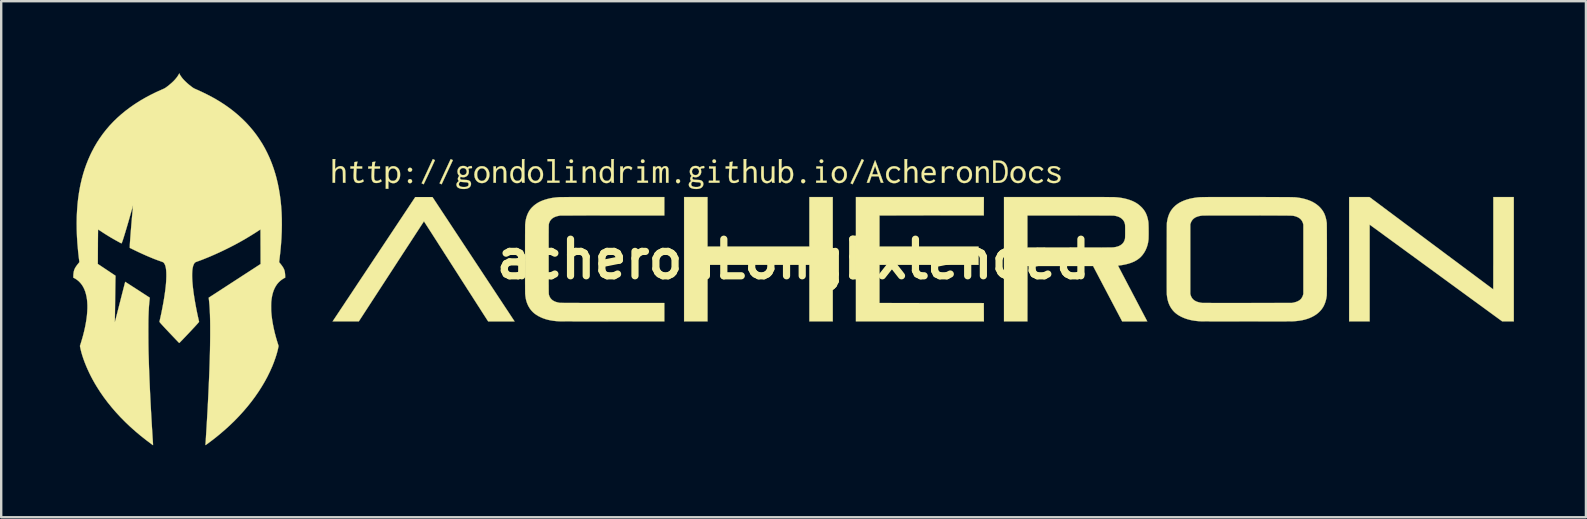
<source format=kicad_pcb>
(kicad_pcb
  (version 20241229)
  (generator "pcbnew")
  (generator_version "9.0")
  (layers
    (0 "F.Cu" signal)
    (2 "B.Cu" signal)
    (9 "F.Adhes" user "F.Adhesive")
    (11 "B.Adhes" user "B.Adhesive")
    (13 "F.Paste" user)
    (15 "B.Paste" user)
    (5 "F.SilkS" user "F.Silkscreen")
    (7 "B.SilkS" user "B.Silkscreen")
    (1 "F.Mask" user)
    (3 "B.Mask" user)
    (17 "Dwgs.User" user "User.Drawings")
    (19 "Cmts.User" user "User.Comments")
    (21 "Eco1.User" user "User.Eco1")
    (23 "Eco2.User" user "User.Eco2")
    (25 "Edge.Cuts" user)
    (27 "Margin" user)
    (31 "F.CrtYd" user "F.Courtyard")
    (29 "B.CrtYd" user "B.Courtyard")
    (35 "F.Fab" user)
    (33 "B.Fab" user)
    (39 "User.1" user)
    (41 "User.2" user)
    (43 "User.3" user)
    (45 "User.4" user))
  (footprint "acheronLongExtended"
    (layer "F.Cu")
    (at 30.008 7.75)
    (property "Reference" "acheronLongExtended" (at 0 0 0) (layer "F.SilkS") (effects (font (size 1.524 1.524) (thickness 0.3))))
    (attr through_hole)
    (fp_poly (pts (xy -9.202 -3.272) (xy -9.042 -3.27) (xy -9.04 -3.228) (xy -9.039 -3.186) (xy -9.481 -3.186) (xy -9.481 -3.272) (xy -9.308 -3.272) (xy -9.308 -3.78) (xy -9.471 -3.78) (xy -9.471 -3.867) (xy -9.202 -3.867) (xy -9.202 -3.272)) (stroke (width 0.01) (type solid)) (fill yes) (layer "F.SilkS"))
    (fp_poly (pts (xy -9.949 -3.272) (xy -9.75 -3.272) (xy -9.75 -3.186) (xy -10.259 -3.186) (xy -10.258 -3.228) (xy -10.256 -3.27) (xy -10.156 -3.271) (xy -10.055 -3.272) (xy -10.055 -4.085) (xy -10.248 -4.085) (xy -10.248 -4.172) (xy -9.949 -4.172) (xy -9.949 -3.272)) (stroke (width 0.01) (type solid)) (fill yes) (layer "F.SilkS"))
    (fp_poly (pts (xy -6.224 -3.272) (xy -6.064 -3.27) (xy -6.063 -3.228) (xy -6.061 -3.186) (xy -6.504 -3.186) (xy -6.503 -3.228) (xy -6.501 -3.27) (xy -6.331 -3.272) (xy -6.331 -3.78) (xy -6.494 -3.78) (xy -6.494 -3.867) (xy -6.224 -3.867) (xy -6.224 -3.272)) (stroke (width 0.01) (type solid)) (fill yes) (layer "F.SilkS"))
    (fp_poly (pts (xy -3.582 -0.528) (xy 0.661 -0.528) (xy 0.661 -2.591) (xy 1.636 -2.591) (xy 1.636 2.591) (xy 0.661 2.591) (xy 0.661 0.234) (xy -3.58 0.236) (xy -3.581 1.414) (xy -3.582 2.591) (xy -4.558 2.591) (xy -4.558 -2.591) (xy -3.582 -2.591) (xy -3.582 -0.528)) (stroke (width 0.01) (type solid)) (fill yes) (layer "F.SilkS"))
    (fp_poly (pts (xy 1.223 -3.568) (xy 1.225 -3.272) (xy 1.382 -3.272) (xy 1.382 -3.186) (xy 0.945 -3.186) (xy 0.945 -3.272) (xy 1.118 -3.272) (xy 1.117 -3.525) (xy 1.115 -3.778) (xy 1.033 -3.779) (xy 0.95 -3.781) (xy 0.951 -3.822) (xy 0.953 -3.864) (xy 1.222 -3.864) (xy 1.223 -3.568)) (stroke (width 0.01) (type solid)) (fill yes) (layer "F.SilkS"))
    (fp_poly (pts (xy -3.244 -3.864) (xy -3.243 -3.568) (xy -3.242 -3.272) (xy -3.084 -3.272) (xy -3.084 -3.186) (xy -3.527 -3.186) (xy -3.525 -3.228) (xy -3.524 -3.27) (xy -3.436 -3.271) (xy -3.348 -3.272) (xy -3.35 -3.525) (xy -3.351 -3.778) (xy -3.433 -3.779) (xy -3.516 -3.781) (xy -3.516 -3.867) (xy -3.244 -3.864)) (stroke (width 0.01) (type solid)) (fill yes) (layer "F.SilkS"))
    (fp_poly (pts (xy 7.93 -2.209) (xy 7.929 -1.827) (xy 5.756 -1.825) (xy 3.582 -1.824) (xy 3.582 -0.528) (xy 7.708 -0.528) (xy 7.708 0.234) (xy 3.582 0.234) (xy 3.582 1.824) (xy 5.756 1.825) (xy 7.929 1.827) (xy 7.93 2.209) (xy 7.932 2.591) (xy 2.601 2.591) (xy 2.601 -2.591) (xy 7.932 -2.591) (xy 7.93 -2.209)) (stroke (width 0.01) (type solid)) (fill yes) (layer "F.SilkS"))
    (fp_poly (pts (xy -3.282 -4.156) (xy -3.264 -4.148) (xy -3.243 -4.128) (xy -3.23 -4.104) (xy -3.227 -4.079) (xy -3.232 -4.055) (xy -3.237 -4.046) (xy -3.254 -4.026) (xy -3.276 -4.014) (xy -3.301 -4.009) (xy -3.326 -4.012) (xy -3.344 -4.02) (xy -3.363 -4.039) (xy -3.374 -4.061) (xy -3.378 -4.086) (xy -3.374 -4.11) (xy -3.362 -4.133) (xy -3.347 -4.147) (xy -3.327 -4.156) (xy -3.304 -4.159) (xy -3.282 -4.156)) (stroke (width 0.01) (type solid)) (fill yes) (layer "F.SilkS"))
    (fp_poly (pts (xy -6.256 -4.155) (xy -6.234 -4.143) (xy -6.218 -4.126) (xy -6.208 -4.105) (xy -6.205 -4.083) (xy -6.209 -4.06) (xy -6.22 -4.038) (xy -6.239 -4.021) (xy -6.262 -4.011) (xy -6.288 -4.009) (xy -6.313 -4.015) (xy -6.32 -4.019) (xy -6.34 -4.037) (xy -6.352 -4.06) (xy -6.356 -4.085) (xy -6.351 -4.112) (xy -6.347 -4.12) (xy -6.333 -4.141) (xy -6.313 -4.154) (xy -6.287 -4.159) (xy -6.283 -4.159) (xy -6.256 -4.155)) (stroke (width 0.01) (type solid)) (fill yes) (layer "F.SilkS"))
    (fp_poly (pts (xy -9.23 -4.153) (xy -9.209 -4.139) (xy -9.193 -4.12) (xy -9.184 -4.096) (xy -9.183 -4.094) (xy -9.184 -4.074) (xy -9.192 -4.052) (xy -9.204 -4.033) (xy -9.215 -4.022) (xy -9.235 -4.013) (xy -9.258 -4.01) (xy -9.281 -4.012) (xy -9.297 -4.019) (xy -9.317 -4.036) (xy -9.329 -4.058) (xy -9.334 -4.083) (xy -9.331 -4.107) (xy -9.321 -4.129) (xy -9.303 -4.147) (xy -9.301 -4.149) (xy -9.278 -4.158) (xy -9.254 -4.159) (xy -9.23 -4.153)) (stroke (width 0.01) (type solid)) (fill yes) (layer "F.SilkS"))
    (fp_poly (pts (xy -15.951 -3.807) (xy -15.928 -3.798) (xy -15.909 -3.782) (xy -15.896 -3.762) (xy -15.889 -3.736) (xy -15.888 -3.727) (xy -15.893 -3.702) (xy -15.907 -3.679) (xy -15.917 -3.668) (xy -15.941 -3.651) (xy -15.969 -3.644) (xy -15.997 -3.645) (xy -16.013 -3.65) (xy -16.032 -3.663) (xy -16.049 -3.682) (xy -16.061 -3.704) (xy -16.064 -3.717) (xy -16.064 -3.738) (xy -16.058 -3.759) (xy -16.057 -3.761) (xy -16.042 -3.784) (xy -16.022 -3.8) (xy -15.999 -3.809) (xy -15.975 -3.811) (xy -15.951 -3.807)) (stroke (width 0.01) (type solid)) (fill yes) (layer "F.SilkS"))
    (fp_poly (pts (xy -4.791 -3.334) (xy -4.768 -3.325) (xy -4.748 -3.309) (xy -4.737 -3.293) (xy -4.726 -3.266) (xy -4.726 -3.239) (xy -4.736 -3.213) (xy -4.754 -3.19) (xy -4.778 -3.173) (xy -4.804 -3.167) (xy -4.833 -3.17) (xy -4.835 -3.171) (xy -4.85 -3.179) (xy -4.867 -3.192) (xy -4.881 -3.208) (xy -4.889 -3.22) (xy -4.891 -3.233) (xy -4.893 -3.25) (xy -4.893 -3.253) (xy -4.889 -3.28) (xy -4.877 -3.302) (xy -4.86 -3.319) (xy -4.838 -3.331) (xy -4.815 -3.336) (xy -4.791 -3.334)) (stroke (width 0.01) (type solid)) (fill yes) (layer "F.SilkS"))
    (fp_poly (pts (xy 1.184 -4.157) (xy 1.206 -4.145) (xy 1.223 -4.129) (xy 1.236 -4.108) (xy 1.241 -4.086) (xy 1.237 -4.064) (xy 1.228 -4.044) (xy 1.213 -4.028) (xy 1.194 -4.015) (xy 1.173 -4.009) (xy 1.15 -4.009) (xy 1.126 -4.018) (xy 1.124 -4.019) (xy 1.11 -4.032) (xy 1.097 -4.052) (xy 1.089 -4.072) (xy 1.087 -4.085) (xy 1.092 -4.107) (xy 1.103 -4.128) (xy 1.12 -4.145) (xy 1.13 -4.151) (xy 1.145 -4.157) (xy 1.159 -4.161) (xy 1.163 -4.161) (xy 1.184 -4.157)) (stroke (width 0.01) (type solid)) (fill yes) (layer "F.SilkS"))
    (fp_poly (pts (xy -15.949 -3.334) (xy -15.925 -3.321) (xy -15.906 -3.301) (xy -15.894 -3.277) (xy -15.889 -3.25) (xy -15.891 -3.234) (xy -15.898 -3.215) (xy -15.913 -3.197) (xy -15.931 -3.181) (xy -15.951 -3.171) (xy -15.952 -3.171) (xy -15.97 -3.167) (xy -15.983 -3.166) (xy -15.997 -3.17) (xy -16.007 -3.173) (xy -16.029 -3.184) (xy -16.045 -3.199) (xy -16.057 -3.221) (xy -16.064 -3.247) (xy -16.062 -3.273) (xy -16.052 -3.296) (xy -16.035 -3.316) (xy -16.013 -3.331) (xy -15.987 -3.338) (xy -15.977 -3.338) (xy -15.949 -3.334)) (stroke (width 0.01) (type solid)) (fill yes) (layer "F.SilkS"))
    (fp_poly (pts (xy 0.421 -3.335) (xy 0.44 -3.327) (xy 0.458 -3.313) (xy 0.474 -3.295) (xy 0.484 -3.276) (xy 0.485 -3.271) (xy 0.486 -3.241) (xy 0.478 -3.214) (xy 0.461 -3.192) (xy 0.436 -3.175) (xy 0.435 -3.175) (xy 0.416 -3.168) (xy 0.399 -3.167) (xy 0.38 -3.17) (xy 0.377 -3.171) (xy 0.358 -3.181) (xy 0.34 -3.197) (xy 0.326 -3.217) (xy 0.32 -3.231) (xy 0.318 -3.258) (xy 0.324 -3.283) (xy 0.338 -3.305) (xy 0.357 -3.322) (xy 0.381 -3.333) (xy 0.408 -3.337) (xy 0.421 -3.335)) (stroke (width 0.01) (type solid)) (fill yes) (layer "F.SilkS"))
    (fp_poly (pts (xy 6.555 -3.876) (xy 6.602 -3.862) (xy 6.642 -3.843) (xy 6.668 -3.824) (xy 6.688 -3.807) (xy 6.632 -3.708) (xy 6.621 -3.725) (xy 6.607 -3.746) (xy 6.59 -3.761) (xy 6.573 -3.771) (xy 6.538 -3.783) (xy 6.5 -3.788) (xy 6.461 -3.783) (xy 6.422 -3.772) (xy 6.387 -3.752) (xy 6.356 -3.726) (xy 6.355 -3.726) (xy 6.335 -3.701) (xy 6.32 -3.676) (xy 6.307 -3.646) (xy 6.303 -3.633) (xy 6.3 -3.625) (xy 6.298 -3.616) (xy 6.297 -3.604) (xy 6.296 -3.59) (xy 6.294 -3.571) (xy 6.294 -3.546) (xy 6.293 -3.516) (xy 6.292 -3.478) (xy 6.292 -3.431) (xy 6.292 -3.393) (xy 6.29 -3.181) (xy 6.184 -3.181) (xy 6.184 -3.867) (xy 6.293 -3.864) (xy 6.291 -3.803) (xy 6.29 -3.742) (xy 6.31 -3.773) (xy 6.339 -3.81) (xy 6.375 -3.84) (xy 6.416 -3.862) (xy 6.461 -3.876) (xy 6.508 -3.88) (xy 6.555 -3.876)) (stroke (width 0.01) (type solid)) (fill yes) (layer "F.SilkS"))
    (fp_poly (pts (xy -6.856 -3.877) (xy -6.812 -3.867) (xy -6.77 -3.849) (xy -6.752 -3.837) (xy -6.738 -3.826) (xy -6.726 -3.816) (xy -6.721 -3.811) (xy -6.721 -3.804) (xy -6.725 -3.791) (xy -6.735 -3.771) (xy -6.742 -3.758) (xy -6.753 -3.74) (xy -6.762 -3.725) (xy -6.769 -3.715) (xy -6.771 -3.713) (xy -6.776 -3.717) (xy -6.783 -3.727) (xy -6.786 -3.732) (xy -6.801 -3.752) (xy -6.825 -3.768) (xy -6.854 -3.78) (xy -6.886 -3.786) (xy -6.919 -3.787) (xy -6.932 -3.786) (xy -6.976 -3.774) (xy -7.015 -3.753) (xy -7.048 -3.725) (xy -7.074 -3.69) (xy -7.078 -3.683) (xy -7.085 -3.669) (xy -7.091 -3.656) (xy -7.096 -3.644) (xy -7.1 -3.63) (xy -7.104 -3.614) (xy -7.106 -3.596) (xy -7.108 -3.573) (xy -7.109 -3.545) (xy -7.11 -3.511) (xy -7.111 -3.469) (xy -7.112 -3.419) (xy -7.112 -3.39) (xy -7.115 -3.181) (xy -7.22 -3.181) (xy -7.219 -3.522) (xy -7.218 -3.864) (xy -7.108 -3.867) (xy -7.108 -3.748) (xy -7.088 -3.779) (xy -7.06 -3.813) (xy -7.026 -3.841) (xy -6.987 -3.861) (xy -6.945 -3.874) (xy -6.901 -3.879) (xy -6.856 -3.877)) (stroke (width 0.01) (type solid)) (fill yes) (layer "F.SilkS"))
    (fp_poly (pts (xy -14.277 -4.168) (xy -14.264 -4.163) (xy -14.247 -4.156) (xy -14.235 -4.15) (xy -14.191 -4.128) (xy -14.422 -3.633) (xy -14.453 -3.566) (xy -14.483 -3.501) (xy -14.511 -3.44) (xy -14.538 -3.383) (xy -14.563 -3.329) (xy -14.585 -3.281) (xy -14.605 -3.238) (xy -14.622 -3.202) (xy -14.636 -3.172) (xy -14.647 -3.149) (xy -14.654 -3.135) (xy -14.657 -3.129) (xy -14.657 -3.129) (xy -14.66 -3.126) (xy -14.665 -3.125) (xy -14.675 -3.128) (xy -14.691 -3.136) (xy -14.702 -3.141) (xy -14.72 -3.15) (xy -14.735 -3.158) (xy -14.743 -3.163) (xy -14.745 -3.163) (xy -14.743 -3.168) (xy -14.737 -3.181) (xy -14.728 -3.202) (xy -14.715 -3.23) (xy -14.699 -3.265) (xy -14.681 -3.305) (xy -14.661 -3.35) (xy -14.638 -3.399) (xy -14.614 -3.451) (xy -14.589 -3.506) (xy -14.563 -3.563) (xy -14.536 -3.622) (xy -14.509 -3.681) (xy -14.482 -3.739) (xy -14.455 -3.797) (xy -14.429 -3.853) (xy -14.404 -3.907) (xy -14.381 -3.958) (xy -14.359 -4.005) (xy -14.339 -4.048) (xy -14.322 -4.085) (xy -14.307 -4.116) (xy -14.296 -4.141) (xy -14.288 -4.158) (xy -14.283 -4.167) (xy -14.283 -4.168) (xy -14.277 -4.168)) (stroke (width 0.01) (type solid)) (fill yes) (layer "F.SilkS"))
    (fp_poly (pts (xy -15.021 -4.17) (xy -15.01 -4.165) (xy -14.995 -4.158) (xy -14.977 -4.149) (xy -14.961 -4.14) (xy -14.947 -4.133) (xy -14.939 -4.128) (xy -14.939 -4.128) (xy -14.941 -4.123) (xy -14.946 -4.11) (xy -14.956 -4.089) (xy -14.968 -4.061) (xy -14.984 -4.026) (xy -15.002 -3.986) (xy -15.023 -3.941) (xy -15.045 -3.892) (xy -15.07 -3.84) (xy -15.095 -3.785) (xy -15.122 -3.728) (xy -15.149 -3.67) (xy -15.177 -3.611) (xy -15.204 -3.552) (xy -15.231 -3.495) (xy -15.257 -3.438) (xy -15.283 -3.385) (xy -15.307 -3.334) (xy -15.329 -3.287) (xy -15.349 -3.245) (xy -15.367 -3.208) (xy -15.382 -3.177) (xy -15.394 -3.152) (xy -15.402 -3.135) (xy -15.407 -3.126) (xy -15.408 -3.125) (xy -15.415 -3.127) (xy -15.428 -3.133) (xy -15.445 -3.142) (xy -15.452 -3.145) (xy -15.492 -3.165) (xy -15.466 -3.22) (xy -15.46 -3.233) (xy -15.45 -3.254) (xy -15.437 -3.282) (xy -15.421 -3.318) (xy -15.401 -3.36) (xy -15.379 -3.408) (xy -15.355 -3.46) (xy -15.329 -3.517) (xy -15.301 -3.577) (xy -15.272 -3.639) (xy -15.243 -3.704) (xy -15.234 -3.722) (xy -15.205 -3.785) (xy -15.177 -3.846) (xy -15.15 -3.904) (xy -15.126 -3.957) (xy -15.103 -4.006) (xy -15.083 -4.05) (xy -15.065 -4.088) (xy -15.05 -4.12) (xy -15.039 -4.145) (xy -15.031 -4.162) (xy -15.027 -4.17) (xy -15.026 -4.171) (xy -15.021 -4.17)) (stroke (width 0.01) (type solid)) (fill yes) (layer "F.SilkS"))
    (fp_poly (pts (xy -8.413 -3.877) (xy -8.392 -3.873) (xy -8.372 -3.866) (xy -8.361 -3.862) (xy -8.336 -3.846) (xy -8.312 -3.823) (xy -8.291 -3.796) (xy -8.277 -3.773) (xy -8.27 -3.758) (xy -8.265 -3.744) (xy -8.26 -3.73) (xy -8.256 -3.713) (xy -8.253 -3.695) (xy -8.251 -3.673) (xy -8.249 -3.647) (xy -8.248 -3.615) (xy -8.247 -3.577) (xy -8.247 -3.531) (xy -8.247 -3.477) (xy -8.246 -3.425) (xy -8.246 -3.186) (xy -8.348 -3.186) (xy -8.348 -3.411) (xy -8.348 -3.47) (xy -8.349 -3.521) (xy -8.349 -3.563) (xy -8.35 -3.598) (xy -8.351 -3.627) (xy -8.353 -3.65) (xy -8.356 -3.67) (xy -8.359 -3.685) (xy -8.362 -3.699) (xy -8.367 -3.711) (xy -8.373 -3.722) (xy -8.373 -3.723) (xy -8.389 -3.747) (xy -8.411 -3.766) (xy -8.435 -3.78) (xy -8.437 -3.78) (xy -8.453 -3.783) (xy -8.473 -3.785) (xy -8.487 -3.784) (xy -8.526 -3.777) (xy -8.564 -3.761) (xy -8.598 -3.736) (xy -8.628 -3.705) (xy -8.652 -3.668) (xy -8.654 -3.665) (xy -8.671 -3.631) (xy -8.672 -3.408) (xy -8.674 -3.186) (xy -8.78 -3.186) (xy -8.779 -3.525) (xy -8.777 -3.864) (xy -8.676 -3.864) (xy -8.673 -3.806) (xy -8.671 -3.749) (xy -8.654 -3.772) (xy -8.624 -3.805) (xy -8.588 -3.833) (xy -8.548 -3.855) (xy -8.506 -3.871) (xy -8.464 -3.879) (xy -8.423 -3.879) (xy -8.413 -3.877)) (stroke (width 0.01) (type solid)) (fill yes) (layer "F.SilkS"))
    (fp_poly (pts (xy 2.848 -4.17) (xy 2.86 -4.165) (xy 2.875 -4.157) (xy 2.892 -4.149) (xy 2.909 -4.14) (xy 2.922 -4.133) (xy 2.93 -4.128) (xy 2.931 -4.128) (xy 2.929 -4.123) (xy 2.924 -4.11) (xy 2.914 -4.089) (xy 2.902 -4.061) (xy 2.886 -4.026) (xy 2.868 -3.986) (xy 2.847 -3.942) (xy 2.824 -3.893) (xy 2.8 -3.84) (xy 2.774 -3.785) (xy 2.748 -3.728) (xy 2.721 -3.67) (xy 2.693 -3.611) (xy 2.666 -3.552) (xy 2.639 -3.495) (xy 2.612 -3.439) (xy 2.587 -3.385) (xy 2.563 -3.334) (xy 2.541 -3.287) (xy 2.521 -3.245) (xy 2.503 -3.208) (xy 2.488 -3.177) (xy 2.476 -3.152) (xy 2.468 -3.135) (xy 2.463 -3.126) (xy 2.462 -3.125) (xy 2.455 -3.127) (xy 2.442 -3.133) (xy 2.425 -3.142) (xy 2.417 -3.146) (xy 2.378 -3.166) (xy 2.385 -3.18) (xy 2.388 -3.186) (xy 2.395 -3.201) (xy 2.406 -3.224) (xy 2.42 -3.254) (xy 2.437 -3.292) (xy 2.457 -3.335) (xy 2.479 -3.383) (xy 2.504 -3.437) (xy 2.531 -3.495) (xy 2.559 -3.556) (xy 2.589 -3.621) (xy 2.617 -3.681) (xy 2.647 -3.748) (xy 2.677 -3.811) (xy 2.705 -3.872) (xy 2.731 -3.928) (xy 2.755 -3.981) (xy 2.777 -4.028) (xy 2.796 -4.069) (xy 2.812 -4.105) (xy 2.826 -4.133) (xy 2.835 -4.154) (xy 2.841 -4.167) (xy 2.844 -4.171) (xy 2.848 -4.17)) (stroke (width 0.01) (type solid)) (fill yes) (layer "F.SilkS"))
    (fp_poly (pts (xy -12.134 -3.877) (xy -12.092 -3.865) (xy -12.057 -3.845) (xy -12.027 -3.816) (xy -12.003 -3.78) (xy -11.986 -3.735) (xy -11.974 -3.682) (xy -11.971 -3.664) (xy -11.97 -3.649) (xy -11.969 -3.626) (xy -11.968 -3.595) (xy -11.967 -3.558) (xy -11.966 -3.516) (xy -11.966 -3.471) (xy -11.966 -3.424) (xy -11.966 -3.403) (xy -11.966 -3.186) (xy -12.072 -3.186) (xy -12.074 -3.431) (xy -12.074 -3.487) (xy -12.074 -3.534) (xy -12.075 -3.573) (xy -12.075 -3.604) (xy -12.076 -3.63) (xy -12.076 -3.649) (xy -12.077 -3.664) (xy -12.079 -3.676) (xy -12.08 -3.685) (xy -12.082 -3.692) (xy -12.084 -3.699) (xy -12.087 -3.705) (xy -12.1 -3.731) (xy -12.119 -3.754) (xy -12.139 -3.771) (xy -12.157 -3.781) (xy -12.174 -3.784) (xy -12.196 -3.785) (xy -12.21 -3.784) (xy -12.25 -3.776) (xy -12.288 -3.76) (xy -12.322 -3.735) (xy -12.352 -3.705) (xy -12.375 -3.669) (xy -12.391 -3.629) (xy -12.392 -3.622) (xy -12.394 -3.612) (xy -12.395 -3.592) (xy -12.396 -3.565) (xy -12.396 -3.531) (xy -12.397 -3.491) (xy -12.397 -3.447) (xy -12.398 -3.399) (xy -12.398 -3.393) (xy -12.398 -3.186) (xy -12.499 -3.186) (xy -12.499 -3.867) (xy -12.398 -3.867) (xy -12.398 -3.743) (xy -12.383 -3.763) (xy -12.352 -3.799) (xy -12.316 -3.829) (xy -12.275 -3.853) (xy -12.233 -3.87) (xy -12.19 -3.879) (xy -12.148 -3.879) (xy -12.134 -3.877)) (stroke (width 0.01) (type solid)) (fill yes) (layer "F.SilkS"))
    (fp_poly (pts (xy 7.964 -3.877) (xy 7.995 -3.872) (xy 8.001 -3.87) (xy 8.025 -3.858) (xy 8.05 -3.84) (xy 8.074 -3.818) (xy 8.092 -3.794) (xy 8.096 -3.789) (xy 8.104 -3.773) (xy 8.113 -3.752) (xy 8.12 -3.732) (xy 8.123 -3.724) (xy 8.125 -3.716) (xy 8.127 -3.707) (xy 8.128 -3.697) (xy 8.13 -3.685) (xy 8.13 -3.668) (xy 8.131 -3.648) (xy 8.132 -3.622) (xy 8.132 -3.59) (xy 8.133 -3.55) (xy 8.133 -3.503) (xy 8.134 -3.446) (xy 8.134 -3.441) (xy 8.135 -3.186) (xy 8.033 -3.186) (xy 8.033 -3.406) (xy 8.033 -3.458) (xy 8.033 -3.507) (xy 8.032 -3.55) (xy 8.031 -3.588) (xy 8.03 -3.62) (xy 8.029 -3.643) (xy 8.028 -3.657) (xy 8.028 -3.658) (xy 8.018 -3.699) (xy 8.002 -3.733) (xy 7.981 -3.759) (xy 7.955 -3.776) (xy 7.944 -3.78) (xy 7.912 -3.786) (xy 7.877 -3.783) (xy 7.842 -3.772) (xy 7.808 -3.754) (xy 7.776 -3.73) (xy 7.749 -3.701) (xy 7.728 -3.667) (xy 7.726 -3.664) (xy 7.71 -3.63) (xy 7.709 -3.408) (xy 7.707 -3.186) (xy 7.601 -3.186) (xy 7.602 -3.525) (xy 7.604 -3.864) (xy 7.705 -3.864) (xy 7.708 -3.806) (xy 7.71 -3.748) (xy 7.725 -3.769) (xy 7.748 -3.796) (xy 7.778 -3.822) (xy 7.812 -3.845) (xy 7.848 -3.863) (xy 7.865 -3.869) (xy 7.895 -3.876) (xy 7.93 -3.879) (xy 7.964 -3.877)) (stroke (width 0.01) (type solid)) (fill yes) (layer "F.SilkS"))
    (fp_poly (pts (xy -1.964 -4.156) (xy -1.966 -4.151) (xy -1.967 -4.144) (xy -1.969 -4.133) (xy -1.97 -4.119) (xy -1.97 -4.099) (xy -1.971 -4.073) (xy -1.971 -4.039) (xy -1.971 -3.998) (xy -1.97 -3.947) (xy -1.97 -3.945) (xy -1.969 -3.749) (xy -1.949 -3.773) (xy -1.911 -3.813) (xy -1.869 -3.844) (xy -1.824 -3.866) (xy -1.777 -3.878) (xy -1.755 -3.88) (xy -1.736 -3.881) (xy -1.715 -3.878) (xy -1.702 -3.875) (xy -1.66 -3.861) (xy -1.626 -3.84) (xy -1.597 -3.812) (xy -1.574 -3.775) (xy -1.557 -3.73) (xy -1.552 -3.709) (xy -1.55 -3.699) (xy -1.548 -3.687) (xy -1.547 -3.672) (xy -1.545 -3.654) (xy -1.544 -3.631) (xy -1.543 -3.603) (xy -1.543 -3.568) (xy -1.542 -3.526) (xy -1.541 -3.475) (xy -1.541 -3.428) (xy -1.539 -3.186) (xy -1.646 -3.186) (xy -1.647 -3.428) (xy -1.648 -3.488) (xy -1.648 -3.539) (xy -1.649 -3.581) (xy -1.65 -3.616) (xy -1.651 -3.644) (xy -1.653 -3.667) (xy -1.655 -3.685) (xy -1.659 -3.699) (xy -1.663 -3.711) (xy -1.667 -3.721) (xy -1.673 -3.73) (xy -1.68 -3.738) (xy -1.685 -3.744) (xy -1.707 -3.766) (xy -1.73 -3.779) (xy -1.757 -3.784) (xy -1.781 -3.785) (xy -1.821 -3.778) (xy -1.86 -3.761) (xy -1.896 -3.737) (xy -1.926 -3.706) (xy -1.95 -3.668) (xy -1.952 -3.665) (xy -1.969 -3.631) (xy -1.97 -3.408) (xy -1.972 -3.186) (xy -2.078 -3.186) (xy -2.078 -4.172) (xy -1.956 -4.172) (xy -1.964 -4.156)) (stroke (width 0.01) (type solid)) (fill yes) (layer "F.SilkS"))
    (fp_poly (pts (xy 4.709 -4.171) (xy 4.726 -4.17) (xy 4.737 -4.169) (xy 4.74 -4.166) (xy 4.741 -4.165) (xy 4.737 -4.155) (xy 4.735 -4.153) (xy 4.734 -4.147) (xy 4.733 -4.13) (xy 4.732 -4.104) (xy 4.732 -4.068) (xy 4.731 -4.023) (xy 4.732 -3.97) (xy 4.732 -3.949) (xy 4.733 -3.749) (xy 4.753 -3.775) (xy 4.774 -3.799) (xy 4.802 -3.823) (xy 4.833 -3.844) (xy 4.861 -3.86) (xy 4.905 -3.874) (xy 4.948 -3.88) (xy 4.99 -3.877) (xy 5.029 -3.866) (xy 5.065 -3.847) (xy 5.096 -3.82) (xy 5.12 -3.786) (xy 5.127 -3.773) (xy 5.134 -3.759) (xy 5.139 -3.744) (xy 5.144 -3.73) (xy 5.148 -3.713) (xy 5.151 -3.695) (xy 5.153 -3.672) (xy 5.155 -3.645) (xy 5.156 -3.613) (xy 5.157 -3.574) (xy 5.157 -3.528) (xy 5.157 -3.473) (xy 5.157 -3.424) (xy 5.157 -3.186) (xy 5.056 -3.186) (xy 5.056 -3.411) (xy 5.055 -3.47) (xy 5.055 -3.521) (xy 5.055 -3.563) (xy 5.054 -3.598) (xy 5.052 -3.627) (xy 5.051 -3.65) (xy 5.048 -3.67) (xy 5.045 -3.685) (xy 5.041 -3.699) (xy 5.037 -3.711) (xy 5.031 -3.722) (xy 5.031 -3.723) (xy 5.015 -3.747) (xy 4.993 -3.766) (xy 4.969 -3.78) (xy 4.967 -3.78) (xy 4.939 -3.785) (xy 4.906 -3.783) (xy 4.872 -3.775) (xy 4.851 -3.766) (xy 4.812 -3.743) (xy 4.779 -3.711) (xy 4.754 -3.674) (xy 4.749 -3.665) (xy 4.733 -3.63) (xy 4.731 -3.408) (xy 4.73 -3.186) (xy 4.624 -3.186) (xy 4.624 -4.172) (xy 4.682 -4.172) (xy 4.709 -4.171)) (stroke (width 0.01) (type solid)) (fill yes) (layer "F.SilkS"))
    (fp_poly (pts (xy -1.238 -3.634) (xy -1.238 -3.577) (xy -1.237 -3.529) (xy -1.237 -3.489) (xy -1.236 -3.457) (xy -1.235 -3.431) (xy -1.234 -3.411) (xy -1.232 -3.396) (xy -1.231 -3.385) (xy -1.229 -3.377) (xy -1.229 -3.376) (xy -1.213 -3.335) (xy -1.192 -3.302) (xy -1.166 -3.278) (xy -1.135 -3.263) (xy -1.099 -3.256) (xy -1.082 -3.255) (xy -1.041 -3.26) (xy -1.004 -3.274) (xy -0.971 -3.296) (xy -0.944 -3.327) (xy -0.923 -3.365) (xy -0.913 -3.392) (xy -0.911 -3.401) (xy -0.908 -3.411) (xy -0.907 -3.421) (xy -0.905 -3.434) (xy -0.904 -3.451) (xy -0.903 -3.471) (xy -0.902 -3.498) (xy -0.902 -3.53) (xy -0.901 -3.571) (xy -0.901 -3.62) (xy -0.901 -3.647) (xy -0.899 -3.867) (xy -0.798 -3.867) (xy -0.798 -3.55) (xy -0.798 -3.483) (xy -0.798 -3.425) (xy -0.797 -3.376) (xy -0.797 -3.334) (xy -0.797 -3.3) (xy -0.796 -3.273) (xy -0.795 -3.251) (xy -0.794 -3.235) (xy -0.793 -3.222) (xy -0.792 -3.214) (xy -0.791 -3.209) (xy -0.783 -3.186) (xy -0.888 -3.186) (xy -0.894 -3.208) (xy -0.897 -3.228) (xy -0.899 -3.25) (xy -0.9 -3.258) (xy -0.9 -3.285) (xy -0.911 -3.27) (xy -0.939 -3.238) (xy -0.975 -3.21) (xy -1.015 -3.188) (xy -1.056 -3.174) (xy -1.072 -3.171) (xy -1.093 -3.168) (xy -1.109 -3.166) (xy -1.124 -3.167) (xy -1.142 -3.169) (xy -1.153 -3.171) (xy -1.195 -3.183) (xy -1.234 -3.204) (xy -1.269 -3.232) (xy -1.297 -3.267) (xy -1.297 -3.267) (xy -1.306 -3.284) (xy -1.315 -3.305) (xy -1.323 -3.328) (xy -1.323 -3.328) (xy -1.329 -3.35) (xy -1.335 -3.372) (xy -1.339 -3.398) (xy -1.342 -3.426) (xy -1.344 -3.459) (xy -1.346 -3.496) (xy -1.346 -3.54) (xy -1.346 -3.591) (xy -1.345 -3.65) (xy -1.344 -3.718) (xy -1.343 -3.741) (xy -1.34 -3.867) (xy -1.24 -3.867) (xy -1.238 -3.634)) (stroke (width 0.01) (type solid)) (fill yes) (layer "F.SilkS"))
    (fp_poly (pts (xy -17.415 -4.064) (xy -17.415 -4.063) (xy -17.415 -4.058) (xy -17.421 -4.048) (xy -17.422 -4.045) (xy -17.427 -4.036) (xy -17.432 -4.021) (xy -17.436 -4) (xy -17.44 -3.972) (xy -17.44 -3.965) (xy -17.444 -3.939) (xy -17.447 -3.915) (xy -17.449 -3.896) (xy -17.451 -3.884) (xy -17.451 -3.883) (xy -17.454 -3.867) (xy -17.34 -3.865) (xy -17.227 -3.864) (xy -17.227 -3.778) (xy -17.342 -3.776) (xy -17.457 -3.775) (xy -17.46 -3.746) (xy -17.463 -3.715) (xy -17.466 -3.677) (xy -17.468 -3.634) (xy -17.47 -3.59) (xy -17.471 -3.546) (xy -17.472 -3.505) (xy -17.473 -3.468) (xy -17.473 -3.438) (xy -17.472 -3.429) (xy -17.47 -3.388) (xy -17.466 -3.356) (xy -17.46 -3.331) (xy -17.451 -3.311) (xy -17.44 -3.295) (xy -17.436 -3.29) (xy -17.412 -3.274) (xy -17.383 -3.265) (xy -17.35 -3.263) (xy -17.314 -3.268) (xy -17.276 -3.281) (xy -17.238 -3.3) (xy -17.216 -3.314) (xy -17.203 -3.323) (xy -17.195 -3.327) (xy -17.192 -3.328) (xy -17.19 -3.322) (xy -17.184 -3.31) (xy -17.177 -3.292) (xy -17.175 -3.286) (xy -17.159 -3.246) (xy -17.187 -3.228) (xy -17.231 -3.204) (xy -17.276 -3.188) (xy -17.324 -3.179) (xy -17.377 -3.176) (xy -17.402 -3.177) (xy -17.425 -3.179) (xy -17.444 -3.181) (xy -17.451 -3.183) (xy -17.486 -3.198) (xy -17.516 -3.22) (xy -17.539 -3.249) (xy -17.557 -3.285) (xy -17.57 -3.33) (xy -17.572 -3.345) (xy -17.577 -3.381) (xy -17.58 -3.427) (xy -17.58 -3.482) (xy -17.579 -3.546) (xy -17.576 -3.618) (xy -17.571 -3.698) (xy -17.568 -3.741) (xy -17.565 -3.775) (xy -17.718 -3.775) (xy -17.715 -3.864) (xy -17.638 -3.866) (xy -17.561 -3.867) (xy -17.558 -3.911) (xy -17.556 -3.939) (xy -17.553 -3.97) (xy -17.551 -3.999) (xy -17.551 -4.001) (xy -17.547 -4.047) (xy -17.483 -4.057) (xy -17.458 -4.06) (xy -17.437 -4.063) (xy -17.422 -4.064) (xy -17.415 -4.064)) (stroke (width 0.01) (type solid)) (fill yes) (layer "F.SilkS"))
    (fp_poly (pts (xy -12.967 -3.876) (xy -12.928 -3.873) (xy -12.895 -3.867) (xy -12.865 -3.857) (xy -12.835 -3.841) (xy -12.816 -3.83) (xy -12.775 -3.798) (xy -12.74 -3.76) (xy -12.712 -3.714) (xy -12.69 -3.664) (xy -12.675 -3.608) (xy -12.668 -3.55) (xy -12.668 -3.49) (xy -12.673 -3.454) (xy -12.686 -3.396) (xy -12.707 -3.343) (xy -12.736 -3.296) (xy -12.77 -3.256) (xy -12.81 -3.223) (xy -12.855 -3.198) (xy -12.905 -3.181) (xy -12.957 -3.172) (xy -13.013 -3.173) (xy -13.036 -3.176) (xy -13.087 -3.19) (xy -13.134 -3.212) (xy -13.177 -3.243) (xy -13.214 -3.281) (xy -13.245 -3.326) (xy -13.269 -3.378) (xy -13.282 -3.417) (xy -13.289 -3.455) (xy -13.293 -3.499) (xy -13.293 -3.526) (xy -13.18 -3.526) (xy -13.176 -3.468) (xy -13.165 -3.416) (xy -13.147 -3.37) (xy -13.122 -3.332) (xy -13.091 -3.301) (xy -13.052 -3.277) (xy -13.034 -3.269) (xy -13.012 -3.264) (xy -12.984 -3.263) (xy -12.954 -3.265) (xy -12.927 -3.271) (xy -12.908 -3.277) (xy -12.874 -3.299) (xy -12.844 -3.329) (xy -12.82 -3.366) (xy -12.8 -3.408) (xy -12.787 -3.455) (xy -12.781 -3.504) (xy -12.781 -3.556) (xy -12.786 -3.592) (xy -12.799 -3.641) (xy -12.818 -3.686) (xy -12.844 -3.723) (xy -12.875 -3.753) (xy -12.905 -3.771) (xy -12.923 -3.78) (xy -12.938 -3.785) (xy -12.954 -3.787) (xy -12.976 -3.788) (xy -12.982 -3.788) (xy -13.018 -3.785) (xy -13.049 -3.776) (xy -13.078 -3.76) (xy -13.105 -3.735) (xy -13.111 -3.729) (xy -13.138 -3.695) (xy -13.158 -3.657) (xy -13.172 -3.614) (xy -13.179 -3.565) (xy -13.18 -3.526) (xy -13.293 -3.526) (xy -13.293 -3.545) (xy -13.29 -3.588) (xy -13.285 -3.62) (xy -13.267 -3.677) (xy -13.242 -3.729) (xy -13.21 -3.774) (xy -13.172 -3.811) (xy -13.128 -3.841) (xy -13.078 -3.863) (xy -13.058 -3.869) (xy -13.038 -3.874) (xy -13.016 -3.876) (xy -12.989 -3.876) (xy -12.967 -3.876)) (stroke (width 0.01) (type solid)) (fill yes) (layer "F.SilkS"))
    (fp_poly (pts (xy 9.383 -3.876) (xy 9.415 -3.873) (xy 9.433 -3.869) (xy 9.482 -3.852) (xy 9.527 -3.825) (xy 9.568 -3.791) (xy 9.603 -3.751) (xy 9.628 -3.709) (xy 9.643 -3.675) (xy 9.654 -3.643) (xy 9.661 -3.611) (xy 9.666 -3.575) (xy 9.668 -3.544) (xy 9.666 -3.48) (xy 9.657 -3.421) (xy 9.64 -3.367) (xy 9.616 -3.318) (xy 9.586 -3.275) (xy 9.549 -3.239) (xy 9.507 -3.21) (xy 9.461 -3.189) (xy 9.41 -3.176) (xy 9.355 -3.172) (xy 9.303 -3.176) (xy 9.253 -3.188) (xy 9.206 -3.21) (xy 9.163 -3.24) (xy 9.126 -3.278) (xy 9.094 -3.323) (xy 9.083 -3.345) (xy 9.067 -3.381) (xy 9.056 -3.415) (xy 9.049 -3.449) (xy 9.045 -3.487) (xy 9.045 -3.528) (xy 9.156 -3.528) (xy 9.16 -3.472) (xy 9.171 -3.422) (xy 9.188 -3.376) (xy 9.212 -3.337) (xy 9.242 -3.305) (xy 9.277 -3.28) (xy 9.308 -3.266) (xy 9.326 -3.264) (xy 9.349 -3.263) (xy 9.375 -3.265) (xy 9.4 -3.269) (xy 9.421 -3.274) (xy 9.426 -3.276) (xy 9.46 -3.297) (xy 9.49 -3.326) (xy 9.516 -3.362) (xy 9.535 -3.405) (xy 9.549 -3.453) (xy 9.556 -3.505) (xy 9.555 -3.559) (xy 9.548 -3.61) (xy 9.533 -3.656) (xy 9.512 -3.697) (xy 9.486 -3.732) (xy 9.454 -3.759) (xy 9.434 -3.77) (xy 9.394 -3.785) (xy 9.355 -3.79) (xy 9.318 -3.786) (xy 9.283 -3.773) (xy 9.251 -3.753) (xy 9.222 -3.726) (xy 9.198 -3.692) (xy 9.178 -3.652) (xy 9.165 -3.607) (xy 9.157 -3.557) (xy 9.156 -3.528) (xy 9.045 -3.528) (xy 9.045 -3.531) (xy 9.045 -3.543) (xy 9.048 -3.591) (xy 9.055 -3.631) (xy 9.065 -3.667) (xy 9.08 -3.702) (xy 9.095 -3.73) (xy 9.122 -3.768) (xy 9.157 -3.802) (xy 9.196 -3.832) (xy 9.238 -3.855) (xy 9.28 -3.87) (xy 9.287 -3.871) (xy 9.315 -3.875) (xy 9.349 -3.877) (xy 9.383 -3.876)) (stroke (width 0.01) (type solid)) (fill yes) (layer "F.SilkS"))
    (fp_poly (pts (xy -19.117 -4.171) (xy -19.1 -4.171) (xy -19.091 -4.17) (xy -19.087 -4.168) (xy -19.086 -4.164) (xy -19.087 -4.163) (xy -19.09 -4.152) (xy -19.093 -4.137) (xy -19.095 -4.128) (xy -19.096 -4.117) (xy -19.097 -4.098) (xy -19.097 -4.072) (xy -19.098 -4.042) (xy -19.099 -4.007) (xy -19.099 -3.97) (xy -19.099 -3.932) (xy -19.099 -3.895) (xy -19.099 -3.859) (xy -19.099 -3.826) (xy -19.098 -3.797) (xy -19.098 -3.774) (xy -19.097 -3.758) (xy -19.096 -3.75) (xy -19.096 -3.75) (xy -19.091 -3.754) (xy -19.083 -3.763) (xy -19.08 -3.768) (xy -19.063 -3.789) (xy -19.04 -3.811) (xy -19.013 -3.831) (xy -18.988 -3.848) (xy -18.983 -3.851) (xy -18.937 -3.87) (xy -18.891 -3.879) (xy -18.845 -3.878) (xy -18.799 -3.867) (xy -18.795 -3.865) (xy -18.767 -3.851) (xy -18.74 -3.829) (xy -18.716 -3.802) (xy -18.698 -3.773) (xy -18.693 -3.762) (xy -18.688 -3.747) (xy -18.683 -3.732) (xy -18.679 -3.716) (xy -18.676 -3.699) (xy -18.673 -3.679) (xy -18.671 -3.655) (xy -18.67 -3.626) (xy -18.669 -3.592) (xy -18.668 -3.551) (xy -18.668 -3.503) (xy -18.668 -3.445) (xy -18.668 -3.421) (xy -18.668 -3.186) (xy -18.769 -3.186) (xy -18.77 -3.423) (xy -18.771 -3.479) (xy -18.771 -3.525) (xy -18.772 -3.563) (xy -18.772 -3.594) (xy -18.773 -3.619) (xy -18.774 -3.638) (xy -18.775 -3.654) (xy -18.776 -3.665) (xy -18.778 -3.675) (xy -18.78 -3.683) (xy -18.782 -3.691) (xy -18.783 -3.694) (xy -18.799 -3.73) (xy -18.819 -3.756) (xy -18.845 -3.774) (xy -18.876 -3.783) (xy -18.91 -3.784) (xy -18.951 -3.776) (xy -18.99 -3.759) (xy -19.027 -3.731) (xy -19.035 -3.723) (xy -19.062 -3.691) (xy -19.081 -3.657) (xy -19.092 -3.617) (xy -19.094 -3.602) (xy -19.095 -3.588) (xy -19.097 -3.566) (xy -19.097 -3.536) (xy -19.098 -3.5) (xy -19.099 -3.46) (xy -19.099 -3.417) (xy -19.099 -3.375) (xy -19.1 -3.186) (xy -19.201 -3.186) (xy -19.201 -4.172) (xy -19.142 -4.172) (xy -19.117 -4.171)) (stroke (width 0.01) (type solid)) (fill yes) (layer "F.SilkS"))
    (fp_poly (pts (xy 8.476 -4.109) (xy 8.523 -4.108) (xy 8.562 -4.108) (xy 8.592 -4.106) (xy 8.616 -4.105) (xy 8.634 -4.104) (xy 8.649 -4.102) (xy 8.661 -4.099) (xy 8.666 -4.098) (xy 8.719 -4.078) (xy 8.767 -4.05) (xy 8.808 -4.014) (xy 8.843 -3.97) (xy 8.872 -3.917) (xy 8.895 -3.857) (xy 8.908 -3.811) (xy 8.913 -3.781) (xy 8.917 -3.745) (xy 8.92 -3.704) (xy 8.921 -3.661) (xy 8.921 -3.62) (xy 8.92 -3.583) (xy 8.918 -3.56) (xy 8.905 -3.492) (xy 8.887 -3.429) (xy 8.864 -3.372) (xy 8.837 -3.323) (xy 8.824 -3.305) (xy 8.789 -3.267) (xy 8.746 -3.236) (xy 8.696 -3.211) (xy 8.647 -3.195) (xy 8.633 -3.192) (xy 8.618 -3.189) (xy 8.601 -3.187) (xy 8.581 -3.186) (xy 8.556 -3.185) (xy 8.524 -3.183) (xy 8.484 -3.183) (xy 8.465 -3.182) (xy 8.428 -3.182) (xy 8.395 -3.181) (xy 8.366 -3.182) (xy 8.343 -3.182) (xy 8.328 -3.183) (xy 8.322 -3.183) (xy 8.321 -3.184) (xy 8.321 -3.189) (xy 8.32 -3.204) (xy 8.32 -3.228) (xy 8.319 -3.26) (xy 8.319 -3.298) (xy 8.319 -3.344) (xy 8.318 -3.395) (xy 8.318 -3.452) (xy 8.318 -3.513) (xy 8.318 -3.577) (xy 8.318 -3.645) (xy 8.318 -4.024) (xy 8.419 -4.024) (xy 8.419 -3.26) (xy 8.497 -3.263) (xy 8.531 -3.265) (xy 8.563 -3.268) (xy 8.589 -3.271) (xy 8.607 -3.275) (xy 8.608 -3.275) (xy 8.657 -3.292) (xy 8.7 -3.318) (xy 8.736 -3.351) (xy 8.766 -3.391) (xy 8.776 -3.41) (xy 8.796 -3.461) (xy 8.81 -3.52) (xy 8.818 -3.584) (xy 8.82 -3.652) (xy 8.817 -3.699) (xy 8.808 -3.765) (xy 8.796 -3.822) (xy 8.778 -3.871) (xy 8.756 -3.913) (xy 8.729 -3.948) (xy 8.724 -3.953) (xy 8.698 -3.976) (xy 8.668 -3.994) (xy 8.634 -4.008) (xy 8.595 -4.017) (xy 8.549 -4.022) (xy 8.495 -4.024) (xy 8.49 -4.024) (xy 8.419 -4.024) (xy 8.318 -4.024) (xy 8.318 -4.112) (xy 8.476 -4.109)) (stroke (width 0.01) (type solid)) (fill yes) (layer "F.SilkS"))
    (fp_poly (pts (xy -10.716 -3.876) (xy -10.683 -3.872) (xy -10.67 -3.869) (xy -10.619 -3.851) (xy -10.573 -3.824) (xy -10.532 -3.789) (xy -10.498 -3.747) (xy -10.47 -3.698) (xy -10.449 -3.643) (xy -10.444 -3.62) (xy -10.437 -3.581) (xy -10.435 -3.537) (xy -10.436 -3.491) (xy -10.44 -3.448) (xy -10.446 -3.417) (xy -10.465 -3.362) (xy -10.492 -3.312) (xy -10.525 -3.268) (xy -10.565 -3.232) (xy -10.609 -3.204) (xy -10.655 -3.186) (xy -10.683 -3.179) (xy -10.717 -3.175) (xy -10.751 -3.173) (xy -10.783 -3.174) (xy -10.799 -3.176) (xy -10.854 -3.19) (xy -10.903 -3.213) (xy -10.946 -3.245) (xy -10.983 -3.284) (xy -11.013 -3.33) (xy -11.018 -3.34) (xy -11.034 -3.375) (xy -11.046 -3.407) (xy -11.053 -3.44) (xy -11.058 -3.476) (xy -11.06 -3.506) (xy -11.059 -3.539) (xy -10.948 -3.539) (xy -10.947 -3.488) (xy -10.938 -3.439) (xy -10.924 -3.394) (xy -10.903 -3.354) (xy -10.877 -3.32) (xy -10.846 -3.292) (xy -10.811 -3.273) (xy -10.801 -3.269) (xy -10.774 -3.264) (xy -10.742 -3.263) (xy -10.71 -3.267) (xy -10.682 -3.274) (xy -10.672 -3.279) (xy -10.637 -3.302) (xy -10.607 -3.335) (xy -10.581 -3.376) (xy -10.579 -3.381) (xy -10.566 -3.412) (xy -10.556 -3.44) (xy -10.551 -3.469) (xy -10.549 -3.502) (xy -10.548 -3.528) (xy -10.551 -3.582) (xy -10.561 -3.63) (xy -10.577 -3.671) (xy -10.6 -3.709) (xy -10.618 -3.729) (xy -10.646 -3.756) (xy -10.674 -3.774) (xy -10.704 -3.784) (xy -10.739 -3.788) (xy -10.746 -3.788) (xy -10.769 -3.787) (xy -10.786 -3.786) (xy -10.801 -3.781) (xy -10.819 -3.774) (xy -10.824 -3.771) (xy -10.859 -3.748) (xy -10.889 -3.717) (xy -10.914 -3.679) (xy -10.932 -3.633) (xy -10.943 -3.592) (xy -10.948 -3.539) (xy -11.059 -3.539) (xy -11.058 -3.57) (xy -11.049 -3.629) (xy -11.031 -3.684) (xy -11.006 -3.734) (xy -10.973 -3.778) (xy -10.933 -3.815) (xy -10.887 -3.845) (xy -10.851 -3.862) (xy -10.823 -3.869) (xy -10.789 -3.874) (xy -10.752 -3.876) (xy -10.716 -3.876)) (stroke (width 0.01) (type solid)) (fill yes) (layer "F.SilkS"))
    (fp_poly (pts (xy 4.258 -3.871) (xy 4.31 -3.857) (xy 4.358 -3.835) (xy 4.402 -3.804) (xy 4.41 -3.797) (xy 4.429 -3.78) (xy 4.441 -3.767) (xy 4.446 -3.757) (xy 4.443 -3.747) (xy 4.434 -3.735) (xy 4.418 -3.719) (xy 4.415 -3.716) (xy 4.399 -3.701) (xy 4.386 -3.689) (xy 4.377 -3.681) (xy 4.375 -3.68) (xy 4.371 -3.683) (xy 4.366 -3.693) (xy 4.365 -3.696) (xy 4.355 -3.713) (xy 4.339 -3.732) (xy 4.317 -3.749) (xy 4.294 -3.764) (xy 4.279 -3.771) (xy 4.264 -3.776) (xy 4.248 -3.78) (xy 4.229 -3.782) (xy 4.204 -3.782) (xy 4.192 -3.782) (xy 4.166 -3.782) (xy 4.148 -3.782) (xy 4.134 -3.78) (xy 4.121 -3.776) (xy 4.107 -3.77) (xy 4.099 -3.766) (xy 4.061 -3.743) (xy 4.028 -3.712) (xy 4.001 -3.673) (xy 3.981 -3.63) (xy 3.973 -3.602) (xy 3.969 -3.574) (xy 3.967 -3.54) (xy 3.968 -3.505) (xy 3.971 -3.472) (xy 3.975 -3.451) (xy 3.992 -3.403) (xy 4.017 -3.36) (xy 4.048 -3.325) (xy 4.085 -3.297) (xy 4.127 -3.277) (xy 4.166 -3.267) (xy 4.212 -3.264) (xy 4.258 -3.272) (xy 4.302 -3.288) (xy 4.344 -3.315) (xy 4.351 -3.321) (xy 4.381 -3.345) (xy 4.401 -3.323) (xy 4.414 -3.308) (xy 4.426 -3.293) (xy 4.431 -3.287) (xy 4.441 -3.273) (xy 4.412 -3.247) (xy 4.388 -3.229) (xy 4.358 -3.21) (xy 4.325 -3.193) (xy 4.294 -3.181) (xy 4.278 -3.177) (xy 4.249 -3.172) (xy 4.215 -3.169) (xy 4.181 -3.168) (xy 4.15 -3.17) (xy 4.142 -3.171) (xy 4.086 -3.185) (xy 4.034 -3.207) (xy 3.987 -3.237) (xy 3.946 -3.275) (xy 3.912 -3.32) (xy 3.885 -3.372) (xy 3.874 -3.402) (xy 3.864 -3.44) (xy 3.859 -3.484) (xy 3.857 -3.529) (xy 3.859 -3.573) (xy 3.863 -3.603) (xy 3.88 -3.661) (xy 3.905 -3.714) (xy 3.937 -3.76) (xy 3.977 -3.8) (xy 4.024 -3.832) (xy 4.042 -3.842) (xy 4.094 -3.862) (xy 4.149 -3.874) (xy 4.203 -3.877) (xy 4.258 -3.871)) (stroke (width 0.01) (type solid)) (fill yes) (layer "F.SilkS"))
    (fp_poly (pts (xy -5.322 -3.879) (xy -5.291 -3.871) (xy -5.264 -3.855) (xy -5.242 -3.832) (xy -5.235 -3.823) (xy -5.23 -3.813) (xy -5.225 -3.803) (xy -5.221 -3.792) (xy -5.218 -3.78) (xy -5.215 -3.765) (xy -5.213 -3.747) (xy -5.211 -3.724) (xy -5.21 -3.696) (xy -5.209 -3.663) (xy -5.209 -3.622) (xy -5.208 -3.574) (xy -5.208 -3.517) (xy -5.208 -3.461) (xy -5.208 -3.186) (xy -5.31 -3.186) (xy -5.31 -3.458) (xy -5.31 -3.529) (xy -5.31 -3.59) (xy -5.311 -3.641) (xy -5.311 -3.683) (xy -5.312 -3.715) (xy -5.314 -3.737) (xy -5.315 -3.751) (xy -5.315 -3.753) (xy -5.325 -3.775) (xy -5.336 -3.788) (xy -5.356 -3.799) (xy -5.376 -3.801) (xy -5.398 -3.794) (xy -5.418 -3.78) (xy -5.437 -3.76) (xy -5.454 -3.733) (xy -5.467 -3.702) (xy -5.476 -3.667) (xy -5.477 -3.663) (xy -5.478 -3.65) (xy -5.479 -3.628) (xy -5.48 -3.598) (xy -5.481 -3.561) (xy -5.482 -3.517) (xy -5.482 -3.469) (xy -5.482 -3.417) (xy -5.482 -3.408) (xy -5.482 -3.186) (xy -5.579 -3.186) (xy -5.579 -3.436) (xy -5.579 -3.501) (xy -5.579 -3.557) (xy -5.58 -3.605) (xy -5.581 -3.644) (xy -5.582 -3.677) (xy -5.584 -3.703) (xy -5.586 -3.725) (xy -5.588 -3.741) (xy -5.591 -3.754) (xy -5.595 -3.764) (xy -5.598 -3.77) (xy -5.612 -3.786) (xy -5.634 -3.795) (xy -5.657 -3.797) (xy -5.679 -3.792) (xy -5.701 -3.776) (xy -5.721 -3.751) (xy -5.731 -3.732) (xy -5.749 -3.697) (xy -5.751 -3.442) (xy -5.752 -3.186) (xy -5.853 -3.186) (xy -5.852 -3.525) (xy -5.851 -3.864) (xy -5.754 -3.864) (xy -5.751 -3.803) (xy -5.725 -3.829) (xy -5.695 -3.854) (xy -5.665 -3.87) (xy -5.633 -3.877) (xy -5.615 -3.879) (xy -5.589 -3.877) (xy -5.568 -3.871) (xy -5.56 -3.868) (xy -5.539 -3.853) (xy -5.52 -3.833) (xy -5.505 -3.811) (xy -5.5 -3.801) (xy -5.495 -3.784) (xy -5.474 -3.812) (xy -5.449 -3.839) (xy -5.419 -3.86) (xy -5.387 -3.873) (xy -5.354 -3.879) (xy -5.322 -3.879)) (stroke (width 0.01) (type solid)) (fill yes) (layer "F.SilkS"))
    (fp_poly (pts (xy 10.229 -3.868) (xy 10.281 -3.851) (xy 10.298 -3.843) (xy 10.316 -3.834) (xy 10.335 -3.82) (xy 10.355 -3.805) (xy 10.374 -3.789) (xy 10.39 -3.774) (xy 10.401 -3.762) (xy 10.406 -3.753) (xy 10.406 -3.753) (xy 10.402 -3.747) (xy 10.393 -3.736) (xy 10.38 -3.722) (xy 10.366 -3.707) (xy 10.352 -3.694) (xy 10.34 -3.684) (xy 10.332 -3.679) (xy 10.331 -3.679) (xy 10.325 -3.683) (xy 10.325 -3.687) (xy 10.32 -3.703) (xy 10.307 -3.721) (xy 10.288 -3.739) (xy 10.263 -3.755) (xy 10.236 -3.769) (xy 10.217 -3.776) (xy 10.175 -3.784) (xy 10.133 -3.785) (xy 10.092 -3.779) (xy 10.055 -3.767) (xy 10.055 -3.766) (xy 10.017 -3.742) (xy 9.984 -3.71) (xy 9.957 -3.672) (xy 9.937 -3.628) (xy 9.928 -3.593) (xy 9.925 -3.565) (xy 9.924 -3.531) (xy 9.926 -3.496) (xy 9.93 -3.462) (xy 9.936 -3.435) (xy 9.938 -3.429) (xy 9.958 -3.384) (xy 9.985 -3.345) (xy 10.018 -3.314) (xy 10.055 -3.29) (xy 10.095 -3.274) (xy 10.137 -3.265) (xy 10.18 -3.265) (xy 10.223 -3.274) (xy 10.265 -3.291) (xy 10.304 -3.318) (xy 10.312 -3.324) (xy 10.336 -3.345) (xy 10.366 -3.313) (xy 10.379 -3.297) (xy 10.389 -3.284) (xy 10.395 -3.276) (xy 10.396 -3.274) (xy 10.392 -3.267) (xy 10.381 -3.256) (xy 10.365 -3.243) (xy 10.346 -3.23) (xy 10.326 -3.216) (xy 10.307 -3.205) (xy 10.303 -3.203) (xy 10.281 -3.193) (xy 10.258 -3.184) (xy 10.241 -3.178) (xy 10.211 -3.173) (xy 10.175 -3.169) (xy 10.139 -3.168) (xy 10.107 -3.17) (xy 10.099 -3.171) (xy 10.044 -3.184) (xy 9.993 -3.206) (xy 9.946 -3.236) (xy 9.905 -3.273) (xy 9.871 -3.316) (xy 9.853 -3.348) (xy 9.837 -3.383) (xy 9.826 -3.414) (xy 9.819 -3.444) (xy 9.816 -3.478) (xy 9.814 -3.518) (xy 9.814 -3.524) (xy 9.817 -3.58) (xy 9.826 -3.63) (xy 9.841 -3.675) (xy 9.863 -3.718) (xy 9.89 -3.756) (xy 9.927 -3.795) (xy 9.969 -3.826) (xy 10.017 -3.85) (xy 10.068 -3.867) (xy 10.122 -3.875) (xy 10.176 -3.876) (xy 10.229 -3.868)) (stroke (width 0.01) (type solid)) (fill yes) (layer "F.SilkS"))
    (fp_poly (pts (xy 7.161 -3.875) (xy 7.195 -3.87) (xy 7.199 -3.869) (xy 7.251 -3.851) (xy 7.297 -3.824) (xy 7.338 -3.789) (xy 7.372 -3.746) (xy 7.4 -3.697) (xy 7.421 -3.641) (xy 7.424 -3.63) (xy 7.431 -3.593) (xy 7.434 -3.55) (xy 7.435 -3.504) (xy 7.432 -3.461) (xy 7.425 -3.422) (xy 7.424 -3.417) (xy 7.405 -3.362) (xy 7.378 -3.312) (xy 7.345 -3.268) (xy 7.305 -3.232) (xy 7.261 -3.204) (xy 7.215 -3.186) (xy 7.187 -3.179) (xy 7.154 -3.175) (xy 7.12 -3.173) (xy 7.088 -3.173) (xy 7.071 -3.176) (xy 7.016 -3.19) (xy 6.966 -3.213) (xy 6.923 -3.245) (xy 6.886 -3.284) (xy 6.855 -3.33) (xy 6.834 -3.379) (xy 6.818 -3.432) (xy 6.81 -3.487) (xy 6.81 -3.546) (xy 6.923 -3.546) (xy 6.923 -3.505) (xy 6.927 -3.466) (xy 6.933 -3.432) (xy 6.935 -3.425) (xy 6.954 -3.377) (xy 6.978 -3.337) (xy 7.008 -3.305) (xy 7.042 -3.281) (xy 7.069 -3.269) (xy 7.096 -3.264) (xy 7.127 -3.263) (xy 7.159 -3.267) (xy 7.187 -3.274) (xy 7.197 -3.278) (xy 7.233 -3.302) (xy 7.263 -3.334) (xy 7.288 -3.374) (xy 7.305 -3.414) (xy 7.311 -3.432) (xy 7.315 -3.45) (xy 7.318 -3.472) (xy 7.32 -3.501) (xy 7.32 -3.511) (xy 7.32 -3.565) (xy 7.314 -3.612) (xy 7.302 -3.653) (xy 7.283 -3.69) (xy 7.258 -3.724) (xy 7.252 -3.729) (xy 7.224 -3.756) (xy 7.196 -3.774) (xy 7.166 -3.784) (xy 7.131 -3.788) (xy 7.123 -3.788) (xy 7.101 -3.787) (xy 7.084 -3.786) (xy 7.069 -3.781) (xy 7.051 -3.774) (xy 7.046 -3.771) (xy 7.01 -3.748) (xy 6.979 -3.716) (xy 6.954 -3.676) (xy 6.935 -3.628) (xy 6.932 -3.617) (xy 6.926 -3.584) (xy 6.923 -3.546) (xy 6.81 -3.546) (xy 6.81 -3.546) (xy 6.81 -3.551) (xy 6.814 -3.594) (xy 6.821 -3.63) (xy 6.831 -3.665) (xy 6.846 -3.701) (xy 6.849 -3.707) (xy 6.878 -3.754) (xy 6.914 -3.795) (xy 6.957 -3.83) (xy 7.005 -3.856) (xy 7.016 -3.86) (xy 7.047 -3.869) (xy 7.084 -3.874) (xy 7.123 -3.877) (xy 7.161 -3.875)) (stroke (width 0.01) (type solid)) (fill yes) (layer "F.SilkS"))
    (fp_poly (pts (xy -18.162 -4.063) (xy -18.162 -4.057) (xy -18.167 -4.047) (xy -18.167 -4.046) (xy -18.171 -4.037) (xy -18.175 -4.019) (xy -18.18 -3.996) (xy -18.185 -3.97) (xy -18.189 -3.943) (xy -18.192 -3.917) (xy -18.194 -3.894) (xy -18.195 -3.881) (xy -18.195 -3.867) (xy -17.972 -3.867) (xy -17.972 -3.775) (xy -18.205 -3.775) (xy -18.205 -3.764) (xy -18.205 -3.756) (xy -18.206 -3.739) (xy -18.207 -3.715) (xy -18.209 -3.685) (xy -18.211 -3.65) (xy -18.213 -3.612) (xy -18.214 -3.6) (xy -18.217 -3.538) (xy -18.218 -3.484) (xy -18.218 -3.44) (xy -18.217 -3.402) (xy -18.214 -3.371) (xy -18.209 -3.346) (xy -18.202 -3.325) (xy -18.194 -3.308) (xy -18.183 -3.295) (xy -18.18 -3.292) (xy -18.156 -3.274) (xy -18.126 -3.265) (xy -18.092 -3.263) (xy -18.056 -3.268) (xy -18.017 -3.282) (xy -17.978 -3.303) (xy -17.971 -3.307) (xy -17.955 -3.317) (xy -17.943 -3.323) (xy -17.936 -3.325) (xy -17.936 -3.324) (xy -17.932 -3.318) (xy -17.927 -3.305) (xy -17.92 -3.287) (xy -17.918 -3.283) (xy -17.911 -3.265) (xy -17.908 -3.253) (xy -17.908 -3.246) (xy -17.91 -3.242) (xy -17.914 -3.239) (xy -17.934 -3.226) (xy -17.961 -3.212) (xy -17.99 -3.199) (xy -18.018 -3.189) (xy -18.031 -3.186) (xy -18.058 -3.18) (xy -18.09 -3.177) (xy -18.123 -3.176) (xy -18.154 -3.177) (xy -18.18 -3.18) (xy -18.193 -3.183) (xy -18.227 -3.197) (xy -18.255 -3.214) (xy -18.277 -3.238) (xy -18.294 -3.268) (xy -18.308 -3.306) (xy -18.312 -3.322) (xy -18.319 -3.354) (xy -18.323 -3.392) (xy -18.325 -3.437) (xy -18.326 -3.49) (xy -18.324 -3.552) (xy -18.32 -3.618) (xy -18.318 -3.654) (xy -18.316 -3.687) (xy -18.314 -3.716) (xy -18.313 -3.739) (xy -18.312 -3.755) (xy -18.312 -3.762) (xy -18.312 -3.775) (xy -18.459 -3.775) (xy -18.459 -3.867) (xy -18.303 -3.867) (xy -18.299 -3.955) (xy -18.298 -3.988) (xy -18.296 -4.012) (xy -18.295 -4.028) (xy -18.293 -4.038) (xy -18.291 -4.044) (xy -18.288 -4.046) (xy -18.287 -4.047) (xy -18.275 -4.049) (xy -18.257 -4.053) (xy -18.236 -4.056) (xy -18.214 -4.059) (xy -18.193 -4.061) (xy -18.176 -4.063) (xy -18.164 -4.064) (xy -18.162 -4.063)) (stroke (width 0.01) (type solid)) (fill yes) (layer "F.SilkS"))
    (fp_poly (pts (xy -2.527 -4.063) (xy -2.527 -4.063) (xy -2.527 -4.057) (xy -2.531 -4.046) (xy -2.532 -4.044) (xy -2.537 -4.031) (xy -2.543 -4.007) (xy -2.548 -3.975) (xy -2.551 -3.951) (xy -2.554 -3.924) (xy -2.557 -3.901) (xy -2.559 -3.883) (xy -2.561 -3.873) (xy -2.561 -3.87) (xy -2.556 -3.869) (xy -2.542 -3.868) (xy -2.522 -3.868) (xy -2.495 -3.867) (xy -2.464 -3.867) (xy -2.449 -3.867) (xy -2.337 -3.867) (xy -2.337 -3.775) (xy -2.565 -3.775) (xy -2.568 -3.759) (xy -2.57 -3.744) (xy -2.571 -3.722) (xy -2.573 -3.692) (xy -2.575 -3.659) (xy -2.577 -3.622) (xy -2.579 -3.584) (xy -2.58 -3.547) (xy -2.581 -3.513) (xy -2.582 -3.483) (xy -2.582 -3.467) (xy -2.581 -3.415) (xy -2.577 -3.373) (xy -2.571 -3.34) (xy -2.561 -3.314) (xy -2.549 -3.294) (xy -2.537 -3.283) (xy -2.507 -3.269) (xy -2.473 -3.263) (xy -2.436 -3.265) (xy -2.397 -3.276) (xy -2.355 -3.295) (xy -2.334 -3.308) (xy -2.319 -3.318) (xy -2.307 -3.325) (xy -2.3 -3.328) (xy -2.3 -3.327) (xy -2.296 -3.319) (xy -2.29 -3.304) (xy -2.284 -3.287) (xy -2.278 -3.269) (xy -2.274 -3.254) (xy -2.273 -3.246) (xy -2.273 -3.244) (xy -2.279 -3.239) (xy -2.292 -3.23) (xy -2.311 -3.22) (xy -2.333 -3.21) (xy -2.356 -3.199) (xy -2.378 -3.191) (xy -2.396 -3.184) (xy -2.401 -3.183) (xy -2.427 -3.179) (xy -2.458 -3.176) (xy -2.492 -3.176) (xy -2.523 -3.178) (xy -2.551 -3.181) (xy -2.564 -3.185) (xy -2.597 -3.2) (xy -2.624 -3.22) (xy -2.646 -3.246) (xy -2.664 -3.28) (xy -2.676 -3.32) (xy -2.685 -3.368) (xy -2.689 -3.425) (xy -2.689 -3.465) (xy -2.689 -3.49) (xy -2.688 -3.521) (xy -2.687 -3.556) (xy -2.686 -3.593) (xy -2.684 -3.63) (xy -2.682 -3.666) (xy -2.68 -3.699) (xy -2.678 -3.727) (xy -2.677 -3.749) (xy -2.675 -3.761) (xy -2.673 -3.775) (xy -2.825 -3.775) (xy -2.825 -3.867) (xy -2.669 -3.867) (xy -2.665 -3.931) (xy -2.664 -3.959) (xy -2.662 -3.985) (xy -2.66 -4.007) (xy -2.658 -4.022) (xy -2.655 -4.047) (xy -2.592 -4.057) (xy -2.568 -4.06) (xy -2.548 -4.062) (xy -2.533 -4.063) (xy -2.527 -4.063)) (stroke (width 0.01) (type solid)) (fill yes) (layer "F.SilkS"))
    (fp_poly (pts (xy -0.52 -4.171) (xy -0.501 -4.17) (xy -0.488 -4.169) (xy -0.483 -4.168) (xy -0.483 -4.168) (xy -0.486 -4.161) (xy -0.49 -4.154) (xy -0.492 -4.15) (xy -0.494 -4.143) (xy -0.495 -4.133) (xy -0.496 -4.117) (xy -0.497 -4.096) (xy -0.497 -4.068) (xy -0.498 -4.033) (xy -0.498 -3.989) (xy -0.498 -3.953) (xy -0.498 -3.762) (xy -0.484 -3.78) (xy -0.452 -3.815) (xy -0.413 -3.843) (xy -0.371 -3.865) (xy -0.327 -3.877) (xy -0.327 -3.877) (xy -0.288 -3.88) (xy -0.246 -3.876) (xy -0.205 -3.866) (xy -0.174 -3.854) (xy -0.131 -3.828) (xy -0.095 -3.795) (xy -0.066 -3.755) (xy -0.043 -3.707) (xy -0.028 -3.651) (xy -0.023 -3.623) (xy -0.016 -3.556) (xy -0.017 -3.492) (xy -0.025 -3.432) (xy -0.039 -3.376) (xy -0.06 -3.326) (xy -0.086 -3.281) (xy -0.119 -3.243) (xy -0.156 -3.212) (xy -0.199 -3.188) (xy -0.246 -3.173) (xy -0.259 -3.171) (xy -0.282 -3.168) (xy -0.301 -3.166) (xy -0.319 -3.167) (xy -0.342 -3.171) (xy -0.345 -3.171) (xy -0.386 -3.183) (xy -0.426 -3.203) (xy -0.462 -3.231) (xy -0.471 -3.239) (xy -0.502 -3.271) (xy -0.519 -3.228) (xy -0.536 -3.186) (xy -0.57 -3.186) (xy -0.605 -3.186) (xy -0.605 -3.532) (xy -0.498 -3.532) (xy -0.497 -3.482) (xy -0.49 -3.431) (xy -0.478 -3.382) (xy -0.477 -3.38) (xy -0.459 -3.341) (xy -0.435 -3.31) (xy -0.405 -3.286) (xy -0.37 -3.27) (xy -0.331 -3.263) (xy -0.29 -3.265) (xy -0.264 -3.27) (xy -0.228 -3.285) (xy -0.196 -3.309) (xy -0.169 -3.341) (xy -0.148 -3.38) (xy -0.142 -3.398) (xy -0.135 -3.426) (xy -0.131 -3.46) (xy -0.128 -3.499) (xy -0.127 -3.539) (xy -0.129 -3.577) (xy -0.133 -3.61) (xy -0.134 -3.617) (xy -0.143 -3.652) (xy -0.153 -3.68) (xy -0.166 -3.705) (xy -0.182 -3.728) (xy -0.209 -3.754) (xy -0.242 -3.773) (xy -0.279 -3.784) (xy -0.318 -3.787) (xy -0.358 -3.78) (xy -0.366 -3.778) (xy -0.397 -3.762) (xy -0.425 -3.738) (xy -0.448 -3.707) (xy -0.468 -3.669) (xy -0.483 -3.627) (xy -0.493 -3.581) (xy -0.498 -3.532) (xy -0.605 -3.532) (xy -0.605 -4.172) (xy -0.544 -4.172) (xy -0.52 -4.171)) (stroke (width 0.01) (type solid)) (fill yes) (layer "F.SilkS"))
    (fp_poly (pts (xy 1.96 -3.874) (xy 1.987 -3.87) (xy 1.989 -3.869) (xy 2.039 -3.851) (xy 2.084 -3.824) (xy 2.124 -3.789) (xy 2.159 -3.748) (xy 2.187 -3.699) (xy 2.208 -3.645) (xy 2.211 -3.634) (xy 2.217 -3.603) (xy 2.221 -3.565) (xy 2.222 -3.524) (xy 2.221 -3.483) (xy 2.218 -3.446) (xy 2.214 -3.422) (xy 2.195 -3.367) (xy 2.169 -3.317) (xy 2.137 -3.273) (xy 2.097 -3.236) (xy 2.053 -3.207) (xy 2.004 -3.186) (xy 1.997 -3.184) (xy 1.976 -3.179) (xy 1.95 -3.176) (xy 1.921 -3.173) (xy 1.894 -3.172) (xy 1.872 -3.173) (xy 1.867 -3.174) (xy 1.813 -3.187) (xy 1.763 -3.209) (xy 1.718 -3.24) (xy 1.679 -3.278) (xy 1.647 -3.324) (xy 1.63 -3.357) (xy 1.617 -3.389) (xy 1.608 -3.421) (xy 1.602 -3.455) (xy 1.599 -3.493) (xy 1.599 -3.506) (xy 1.712 -3.506) (xy 1.714 -3.469) (xy 1.719 -3.439) (xy 1.734 -3.393) (xy 1.755 -3.353) (xy 1.782 -3.318) (xy 1.814 -3.291) (xy 1.848 -3.272) (xy 1.857 -3.269) (xy 1.884 -3.264) (xy 1.916 -3.263) (xy 1.949 -3.267) (xy 1.978 -3.276) (xy 1.986 -3.279) (xy 2.021 -3.303) (xy 2.052 -3.335) (xy 2.077 -3.374) (xy 2.096 -3.421) (xy 2.101 -3.438) (xy 2.106 -3.462) (xy 2.108 -3.493) (xy 2.109 -3.527) (xy 2.109 -3.561) (xy 2.106 -3.591) (xy 2.104 -3.605) (xy 2.091 -3.648) (xy 2.071 -3.688) (xy 2.046 -3.723) (xy 2.017 -3.752) (xy 1.985 -3.773) (xy 1.983 -3.774) (xy 1.966 -3.781) (xy 1.949 -3.785) (xy 1.93 -3.787) (xy 1.91 -3.788) (xy 1.886 -3.787) (xy 1.868 -3.785) (xy 1.852 -3.78) (xy 1.838 -3.774) (xy 1.804 -3.753) (xy 1.774 -3.724) (xy 1.749 -3.688) (xy 1.729 -3.647) (xy 1.719 -3.615) (xy 1.714 -3.583) (xy 1.712 -3.545) (xy 1.712 -3.506) (xy 1.599 -3.506) (xy 1.599 -3.526) (xy 1.6 -3.56) (xy 1.601 -3.588) (xy 1.604 -3.61) (xy 1.609 -3.632) (xy 1.61 -3.634) (xy 1.63 -3.69) (xy 1.657 -3.74) (xy 1.69 -3.784) (xy 1.73 -3.82) (xy 1.775 -3.848) (xy 1.826 -3.867) (xy 1.833 -3.869) (xy 1.859 -3.874) (xy 1.892 -3.876) (xy 1.927 -3.876) (xy 1.96 -3.874)) (stroke (width 0.01) (type solid)) (fill yes) (layer "F.SilkS"))
    (fp_poly (pts (xy -16.633 -3.875) (xy -16.614 -3.872) (xy -16.596 -3.867) (xy -16.547 -3.847) (xy -16.504 -3.819) (xy -16.467 -3.783) (xy -16.437 -3.74) (xy -16.413 -3.689) (xy -16.401 -3.651) (xy -16.396 -3.63) (xy -16.393 -3.61) (xy -16.391 -3.586) (xy -16.39 -3.556) (xy -16.389 -3.534) (xy -16.39 -3.487) (xy -16.393 -3.448) (xy -16.399 -3.413) (xy -16.409 -3.379) (xy -16.423 -3.345) (xy -16.43 -3.329) (xy -16.458 -3.282) (xy -16.491 -3.243) (xy -16.531 -3.21) (xy -16.575 -3.186) (xy -16.615 -3.173) (xy -16.664 -3.167) (xy -16.713 -3.17) (xy -16.759 -3.182) (xy -16.802 -3.203) (xy -16.841 -3.232) (xy -16.852 -3.243) (xy -16.864 -3.255) (xy -16.873 -3.264) (xy -16.877 -3.267) (xy -16.877 -3.262) (xy -16.878 -3.248) (xy -16.878 -3.227) (xy -16.879 -3.199) (xy -16.879 -3.165) (xy -16.879 -3.127) (xy -16.879 -3.102) (xy -16.879 -2.937) (xy -16.986 -2.937) (xy -16.986 -3.518) (xy -16.878 -3.518) (xy -16.876 -3.469) (xy -16.869 -3.423) (xy -16.859 -3.383) (xy -16.848 -3.357) (xy -16.826 -3.325) (xy -16.797 -3.296) (xy -16.763 -3.275) (xy -16.742 -3.266) (xy -16.731 -3.265) (xy -16.713 -3.264) (xy -16.692 -3.264) (xy -16.686 -3.264) (xy -16.661 -3.265) (xy -16.641 -3.268) (xy -16.624 -3.274) (xy -16.614 -3.279) (xy -16.578 -3.301) (xy -16.549 -3.331) (xy -16.527 -3.369) (xy -16.51 -3.414) (xy -16.51 -3.416) (xy -16.506 -3.435) (xy -16.503 -3.458) (xy -16.501 -3.488) (xy -16.501 -3.524) (xy -16.502 -3.566) (xy -16.504 -3.6) (xy -16.509 -3.629) (xy -16.517 -3.655) (xy -16.527 -3.681) (xy -16.531 -3.689) (xy -16.554 -3.725) (xy -16.581 -3.752) (xy -16.613 -3.771) (xy -16.651 -3.782) (xy -16.676 -3.784) (xy -16.715 -3.783) (xy -16.748 -3.776) (xy -16.778 -3.761) (xy -16.802 -3.74) (xy -16.826 -3.713) (xy -16.845 -3.681) (xy -16.859 -3.644) (xy -16.87 -3.6) (xy -16.874 -3.567) (xy -16.878 -3.518) (xy -16.986 -3.518) (xy -16.986 -3.867) (xy -16.879 -3.867) (xy -16.879 -3.802) (xy -16.879 -3.737) (xy -16.861 -3.77) (xy -16.843 -3.8) (xy -16.823 -3.822) (xy -16.799 -3.841) (xy -16.773 -3.855) (xy -16.755 -3.864) (xy -16.74 -3.87) (xy -16.724 -3.873) (xy -16.706 -3.875) (xy -16.683 -3.876) (xy -16.655 -3.877) (xy -16.633 -3.875)) (stroke (width 0.01) (type solid)) (fill yes) (layer "F.SilkS"))
    (fp_poly (pts (xy 3.402 -4.122) (xy 3.406 -4.114) (xy 3.412 -4.1) (xy 3.421 -4.079) (xy 3.431 -4.052) (xy 3.444 -4.018) (xy 3.46 -3.976) (xy 3.478 -3.926) (xy 3.5 -3.868) (xy 3.524 -3.802) (xy 3.551 -3.726) (xy 3.574 -3.663) (xy 3.598 -3.597) (xy 3.621 -3.534) (xy 3.643 -3.474) (xy 3.663 -3.418) (xy 3.681 -3.367) (xy 3.698 -3.321) (xy 3.712 -3.281) (xy 3.724 -3.248) (xy 3.734 -3.222) (xy 3.74 -3.204) (xy 3.743 -3.194) (xy 3.744 -3.193) (xy 3.743 -3.19) (xy 3.737 -3.187) (xy 3.724 -3.186) (xy 3.703 -3.186) (xy 3.693 -3.186) (xy 3.64 -3.186) (xy 3.594 -3.319) (xy 3.548 -3.453) (xy 3.398 -3.454) (xy 3.248 -3.455) (xy 3.227 -3.395) (xy 3.218 -3.368) (xy 3.206 -3.334) (xy 3.194 -3.299) (xy 3.182 -3.266) (xy 3.18 -3.261) (xy 3.154 -3.186) (xy 3.104 -3.186) (xy 3.083 -3.186) (xy 3.066 -3.187) (xy 3.056 -3.189) (xy 3.054 -3.19) (xy 3.056 -3.195) (xy 3.061 -3.209) (xy 3.069 -3.231) (xy 3.079 -3.261) (xy 3.093 -3.298) (xy 3.108 -3.341) (xy 3.126 -3.39) (xy 3.145 -3.444) (xy 3.166 -3.502) (xy 3.181 -3.543) (xy 3.279 -3.543) (xy 3.28 -3.541) (xy 3.286 -3.539) (xy 3.299 -3.538) (xy 3.318 -3.537) (xy 3.345 -3.537) (xy 3.381 -3.536) (xy 3.399 -3.536) (xy 3.521 -3.536) (xy 3.515 -3.55) (xy 3.513 -3.558) (xy 3.507 -3.575) (xy 3.499 -3.599) (xy 3.488 -3.628) (xy 3.477 -3.662) (xy 3.464 -3.699) (xy 3.457 -3.718) (xy 3.444 -3.756) (xy 3.432 -3.791) (xy 3.422 -3.822) (xy 3.413 -3.847) (xy 3.406 -3.866) (xy 3.402 -3.877) (xy 3.401 -3.879) (xy 3.398 -3.876) (xy 3.392 -3.865) (xy 3.384 -3.844) (xy 3.373 -3.815) (xy 3.36 -3.778) (xy 3.344 -3.733) (xy 3.339 -3.718) (xy 3.325 -3.678) (xy 3.313 -3.642) (xy 3.301 -3.609) (xy 3.292 -3.582) (xy 3.285 -3.561) (xy 3.28 -3.547) (xy 3.279 -3.543) (xy 3.181 -3.543) (xy 3.189 -3.563) (xy 3.212 -3.628) (xy 3.223 -3.658) (xy 3.255 -3.744) (xy 3.283 -3.822) (xy 3.308 -3.891) (xy 3.331 -3.952) (xy 3.35 -4.003) (xy 3.366 -4.046) (xy 3.38 -4.079) (xy 3.389 -4.104) (xy 3.396 -4.119) (xy 3.399 -4.125) (xy 3.399 -4.125) (xy 3.402 -4.122)) (stroke (width 0.01) (type solid)) (fill yes) (layer "F.SilkS"))
    (fp_poly (pts (xy 5.704 -3.874) (xy 5.753 -3.861) (xy 5.797 -3.839) (xy 5.835 -3.809) (xy 5.867 -3.772) (xy 5.892 -3.727) (xy 5.909 -3.676) (xy 5.916 -3.645) (xy 5.92 -3.611) (xy 5.923 -3.578) (xy 5.924 -3.549) (xy 5.922 -3.529) (xy 5.919 -3.506) (xy 5.678 -3.506) (xy 5.621 -3.506) (xy 5.574 -3.506) (xy 5.535 -3.506) (xy 5.504 -3.506) (xy 5.48 -3.505) (xy 5.462 -3.503) (xy 5.449 -3.501) (xy 5.441 -3.497) (xy 5.437 -3.492) (xy 5.436 -3.485) (xy 5.437 -3.476) (xy 5.44 -3.466) (xy 5.443 -3.453) (xy 5.445 -3.446) (xy 5.458 -3.4) (xy 5.476 -3.361) (xy 5.501 -3.328) (xy 5.504 -3.324) (xy 5.535 -3.296) (xy 5.568 -3.276) (xy 5.604 -3.264) (xy 5.646 -3.258) (xy 5.683 -3.258) (xy 5.709 -3.26) (xy 5.729 -3.262) (xy 5.745 -3.266) (xy 5.762 -3.273) (xy 5.768 -3.276) (xy 5.789 -3.287) (xy 5.809 -3.3) (xy 5.822 -3.31) (xy 5.843 -3.329) (xy 5.874 -3.303) (xy 5.889 -3.288) (xy 5.898 -3.277) (xy 5.899 -3.268) (xy 5.892 -3.257) (xy 5.877 -3.244) (xy 5.867 -3.236) (xy 5.827 -3.209) (xy 5.783 -3.188) (xy 5.75 -3.178) (xy 5.725 -3.174) (xy 5.692 -3.172) (xy 5.657 -3.171) (xy 5.622 -3.173) (xy 5.59 -3.176) (xy 5.574 -3.178) (xy 5.523 -3.194) (xy 5.477 -3.219) (xy 5.436 -3.252) (xy 5.4 -3.292) (xy 5.372 -3.338) (xy 5.351 -3.39) (xy 5.347 -3.404) (xy 5.342 -3.428) (xy 5.339 -3.458) (xy 5.338 -3.494) (xy 5.337 -3.531) (xy 5.338 -3.568) (xy 5.34 -3.592) (xy 5.441 -3.592) (xy 5.813 -3.592) (xy 5.813 -3.617) (xy 5.808 -3.654) (xy 5.796 -3.69) (xy 5.778 -3.724) (xy 5.755 -3.753) (xy 5.727 -3.775) (xy 5.706 -3.786) (xy 5.67 -3.796) (xy 5.631 -3.798) (xy 5.592 -3.792) (xy 5.557 -3.78) (xy 5.557 -3.78) (xy 5.536 -3.766) (xy 5.513 -3.747) (xy 5.493 -3.726) (xy 5.48 -3.709) (xy 5.468 -3.686) (xy 5.457 -3.658) (xy 5.448 -3.63) (xy 5.444 -3.614) (xy 5.441 -3.592) (xy 5.34 -3.592) (xy 5.341 -3.601) (xy 5.345 -3.628) (xy 5.347 -3.638) (xy 5.365 -3.69) (xy 5.391 -3.738) (xy 5.422 -3.78) (xy 5.458 -3.816) (xy 5.498 -3.842) (xy 5.508 -3.848) (xy 5.545 -3.863) (xy 5.579 -3.873) (xy 5.616 -3.878) (xy 5.65 -3.879) (xy 5.704 -3.874)) (stroke (width 0.01) (type solid)) (fill yes) (layer "F.SilkS"))
    (fp_poly (pts (xy -11.621 2.589) (xy -12.168 2.59) (xy -12.242 2.59) (xy -12.313 2.59) (xy -12.38 2.59) (xy -12.443 2.59) (xy -12.502 2.59) (xy -12.555 2.59) (xy -12.602 2.59) (xy -12.642 2.59) (xy -12.674 2.59) (xy -12.699 2.59) (xy -12.714 2.59) (xy -12.72 2.589) (xy -12.72 2.589) (xy -12.723 2.585) (xy -12.732 2.572) (xy -12.745 2.552) (xy -12.764 2.523) (xy -12.787 2.487) (xy -12.815 2.444) (xy -12.847 2.394) (xy -12.884 2.337) (xy -12.925 2.273) (xy -12.97 2.204) (xy -13.018 2.128) (xy -13.07 2.046) (xy -13.126 1.96) (xy -13.185 1.868) (xy -13.247 1.771) (xy -13.313 1.669) (xy -13.38 1.563) (xy -13.451 1.453) (xy -13.524 1.339) (xy -13.6 1.222) (xy -13.677 1.101) (xy -13.756 0.977) (xy -13.838 0.85) (xy -13.921 0.72) (xy -14.005 0.588) (xy -14.059 0.504) (xy -14.144 0.371) (xy -14.228 0.24) (xy -14.311 0.111) (xy -14.391 -0.015) (xy -14.47 -0.138) (xy -14.547 -0.257) (xy -14.621 -0.374) (xy -14.693 -0.486) (xy -14.763 -0.595) (xy -14.829 -0.699) (xy -14.893 -0.799) (xy -14.954 -0.894) (xy -15.012 -0.984) (xy -15.066 -1.069) (xy -15.117 -1.148) (xy -15.164 -1.221) (xy -15.208 -1.289) (xy -15.247 -1.35) (xy -15.282 -1.404) (xy -15.313 -1.452) (xy -15.339 -1.492) (xy -15.36 -1.525) (xy -15.377 -1.551) (xy -15.388 -1.569) (xy -15.394 -1.578) (xy -15.395 -1.58) (xy -15.398 -1.576) (xy -15.407 -1.563) (xy -15.42 -1.543) (xy -15.439 -1.515) (xy -15.462 -1.479) (xy -15.49 -1.436) (xy -15.523 -1.386) (xy -15.56 -1.329) (xy -15.601 -1.266) (xy -15.646 -1.197) (xy -15.695 -1.122) (xy -15.748 -1.041) (xy -15.804 -0.954) (xy -15.864 -0.863) (xy -15.927 -0.766) (xy -15.992 -0.665) (xy -16.061 -0.56) (xy -16.133 -0.45) (xy -16.206 -0.337) (xy -16.283 -0.22) (xy -16.361 -0.099) (xy -16.442 0.024) (xy -16.524 0.151) (xy -16.608 0.28) (xy -16.693 0.411) (xy -16.755 0.506) (xy -18.111 2.591) (xy -18.656 2.591) (xy -19.201 2.591) (xy -18.8 1.988) (xy -18.77 1.943) (xy -18.734 1.89) (xy -18.694 1.829) (xy -18.649 1.76) (xy -18.599 1.685) (xy -18.544 1.604) (xy -18.486 1.516) (xy -18.423 1.422) (xy -18.358 1.323) (xy -18.288 1.218) (xy -18.216 1.109) (xy -18.141 0.996) (xy -18.063 0.879) (xy -17.983 0.758) (xy -17.9 0.635) (xy -17.816 0.508) (xy -17.73 0.379) (xy -17.643 0.248) (xy -17.555 0.115) (xy -17.466 -0.019) (xy -17.376 -0.154) (xy -17.286 -0.289) (xy -17.196 -0.425) (xy -17.106 -0.56) (xy -17.078 -0.602) (xy -15.758 -2.589) (xy -15.04 -2.589) (xy -11.621 2.589)) (stroke (width 0.01) (type solid)) (fill yes) (layer "F.SilkS"))
    (fp_poly (pts (xy -7.51 -4.171) (xy -7.491 -4.171) (xy -7.478 -4.17) (xy -7.474 -4.169) (xy -7.477 -4.163) (xy -7.482 -4.154) (xy -7.483 -4.151) (xy -7.484 -4.146) (xy -7.486 -4.139) (xy -7.486 -4.129) (xy -7.487 -4.115) (xy -7.488 -4.096) (xy -7.488 -4.073) (xy -7.488 -4.044) (xy -7.489 -4.008) (xy -7.489 -3.966) (xy -7.489 -3.917) (xy -7.489 -3.859) (xy -7.489 -3.793) (xy -7.488 -3.718) (xy -7.488 -3.681) (xy -7.488 -3.593) (xy -7.487 -3.516) (xy -7.487 -3.448) (xy -7.486 -3.389) (xy -7.486 -3.339) (xy -7.485 -3.298) (xy -7.484 -3.264) (xy -7.484 -3.238) (xy -7.483 -3.219) (xy -7.482 -3.207) (xy -7.481 -3.202) (xy -7.475 -3.186) (xy -7.58 -3.186) (xy -7.585 -3.202) (xy -7.588 -3.216) (xy -7.591 -3.235) (xy -7.591 -3.25) (xy -7.592 -3.267) (xy -7.594 -3.279) (xy -7.596 -3.282) (xy -7.601 -3.279) (xy -7.601 -3.278) (xy -7.605 -3.27) (xy -7.614 -3.259) (xy -7.628 -3.244) (xy -7.643 -3.229) (xy -7.659 -3.215) (xy -7.673 -3.204) (xy -7.676 -3.202) (xy -7.696 -3.191) (xy -7.719 -3.182) (xy -7.728 -3.179) (xy -7.757 -3.173) (xy -7.792 -3.171) (xy -7.826 -3.173) (xy -7.857 -3.178) (xy -7.865 -3.18) (xy -7.913 -3.2) (xy -7.954 -3.229) (xy -7.99 -3.265) (xy -8.02 -3.31) (xy -8.03 -3.327) (xy -8.045 -3.36) (xy -8.056 -3.39) (xy -8.063 -3.421) (xy -8.068 -3.455) (xy -8.071 -3.495) (xy -8.071 -3.534) (xy -8.071 -3.541) (xy -7.968 -3.541) (xy -7.965 -3.48) (xy -7.956 -3.426) (xy -7.941 -3.378) (xy -7.92 -3.339) (xy -7.893 -3.307) (xy -7.861 -3.283) (xy -7.824 -3.268) (xy -7.821 -3.267) (xy -7.798 -3.264) (xy -7.771 -3.264) (xy -7.742 -3.267) (xy -7.717 -3.272) (xy -7.707 -3.276) (xy -7.677 -3.295) (xy -7.652 -3.321) (xy -7.631 -3.357) (xy -7.614 -3.401) (xy -7.611 -3.414) (xy -7.605 -3.443) (xy -7.601 -3.48) (xy -7.599 -3.519) (xy -7.6 -3.559) (xy -7.602 -3.596) (xy -7.607 -3.626) (xy -7.608 -3.629) (xy -7.622 -3.674) (xy -7.642 -3.713) (xy -7.665 -3.744) (xy -7.692 -3.768) (xy -7.712 -3.779) (xy -7.749 -3.791) (xy -7.788 -3.794) (xy -7.826 -3.789) (xy -7.862 -3.777) (xy -7.893 -3.758) (xy -7.917 -3.734) (xy -7.937 -3.702) (xy -7.952 -3.668) (xy -7.962 -3.628) (xy -7.967 -3.583) (xy -7.968 -3.541) (xy -8.071 -3.541) (xy -8.071 -3.567) (xy -8.07 -3.592) (xy -8.068 -3.612) (xy -8.066 -3.63) (xy -8.062 -3.647) (xy -8.059 -3.656) (xy -8.04 -3.709) (xy -8.013 -3.757) (xy -7.981 -3.797) (xy -7.943 -3.831) (xy -7.9 -3.856) (xy -7.854 -3.873) (xy -7.805 -3.881) (xy -7.771 -3.881) (xy -7.725 -3.873) (xy -7.683 -3.858) (xy -7.646 -3.835) (xy -7.617 -3.806) (xy -7.61 -3.797) (xy -7.594 -3.774) (xy -7.592 -3.973) (xy -7.591 -4.172) (xy -7.533 -4.172) (xy -7.51 -4.171)) (stroke (width 0.01) (type solid)) (fill yes) (layer "F.SilkS"))
    (fp_poly (pts (xy 10.879 -3.878) (xy 10.913 -3.876) (xy 10.942 -3.872) (xy 10.95 -3.87) (xy 10.984 -3.859) (xy 11.02 -3.843) (xy 11.054 -3.824) (xy 11.083 -3.804) (xy 11.091 -3.797) (xy 11.117 -3.773) (xy 11.081 -3.731) (xy 11.063 -3.71) (xy 11.05 -3.698) (xy 11.042 -3.693) (xy 11.037 -3.695) (xy 11.036 -3.704) (xy 11.032 -3.716) (xy 11.021 -3.731) (xy 11.004 -3.746) (xy 10.985 -3.761) (xy 10.969 -3.77) (xy 10.933 -3.785) (xy 10.895 -3.794) (xy 10.857 -3.799) (xy 10.82 -3.798) (xy 10.786 -3.794) (xy 10.756 -3.784) (xy 10.732 -3.77) (xy 10.714 -3.752) (xy 10.706 -3.734) (xy 10.703 -3.709) (xy 10.711 -3.685) (xy 10.728 -3.662) (xy 10.729 -3.661) (xy 10.743 -3.649) (xy 10.76 -3.638) (xy 10.782 -3.626) (xy 10.809 -3.614) (xy 10.844 -3.601) (xy 10.888 -3.586) (xy 10.89 -3.585) (xy 10.946 -3.566) (xy 10.992 -3.547) (xy 11.029 -3.529) (xy 11.059 -3.51) (xy 11.083 -3.49) (xy 11.101 -3.469) (xy 11.111 -3.453) (xy 11.118 -3.439) (xy 11.122 -3.427) (xy 11.124 -3.412) (xy 11.125 -3.392) (xy 11.125 -3.379) (xy 11.125 -3.355) (xy 11.123 -3.338) (xy 11.12 -3.324) (xy 11.114 -3.309) (xy 11.108 -3.297) (xy 11.085 -3.26) (xy 11.053 -3.228) (xy 11.013 -3.203) (xy 10.968 -3.185) (xy 10.942 -3.178) (xy 10.915 -3.174) (xy 10.882 -3.172) (xy 10.846 -3.171) (xy 10.809 -3.172) (xy 10.776 -3.175) (xy 10.751 -3.178) (xy 10.691 -3.195) (xy 10.634 -3.222) (xy 10.606 -3.239) (xy 10.588 -3.252) (xy 10.573 -3.262) (xy 10.563 -3.27) (xy 10.561 -3.272) (xy 10.562 -3.278) (xy 10.568 -3.29) (xy 10.577 -3.307) (xy 10.588 -3.326) (xy 10.599 -3.346) (xy 10.611 -3.364) (xy 10.62 -3.379) (xy 10.627 -3.387) (xy 10.63 -3.389) (xy 10.634 -3.385) (xy 10.635 -3.381) (xy 10.639 -3.364) (xy 10.651 -3.344) (xy 10.67 -3.324) (xy 10.693 -3.304) (xy 10.719 -3.287) (xy 10.734 -3.279) (xy 10.767 -3.268) (xy 10.807 -3.261) (xy 10.849 -3.258) (xy 10.891 -3.26) (xy 10.93 -3.267) (xy 10.937 -3.269) (xy 10.97 -3.283) (xy 10.995 -3.303) (xy 11.012 -3.327) (xy 11.02 -3.355) (xy 11.021 -3.366) (xy 11.018 -3.392) (xy 11.007 -3.413) (xy 10.988 -3.434) (xy 10.988 -3.434) (xy 10.976 -3.443) (xy 10.964 -3.452) (xy 10.949 -3.46) (xy 10.93 -3.468) (xy 10.906 -3.478) (xy 10.875 -3.489) (xy 10.85 -3.498) (xy 10.812 -3.511) (xy 10.781 -3.522) (xy 10.757 -3.531) (xy 10.737 -3.54) (xy 10.72 -3.548) (xy 10.704 -3.557) (xy 10.688 -3.568) (xy 10.684 -3.57) (xy 10.648 -3.599) (xy 10.621 -3.63) (xy 10.604 -3.664) (xy 10.596 -3.7) (xy 10.598 -3.736) (xy 10.61 -3.774) (xy 10.612 -3.779) (xy 10.633 -3.809) (xy 10.662 -3.835) (xy 10.699 -3.855) (xy 10.745 -3.87) (xy 10.772 -3.875) (xy 10.805 -3.878) (xy 10.842 -3.879) (xy 10.879 -3.878)) (stroke (width 0.01) (type solid)) (fill yes) (layer "F.SilkS"))
    (fp_poly (pts (xy -11.228 -4.171) (xy -11.212 -4.17) (xy -11.203 -4.169) (xy -11.2 -4.166) (xy -11.2 -4.165) (xy -11.203 -4.159) (xy -11.205 -4.152) (xy -11.207 -4.145) (xy -11.209 -4.136) (xy -11.21 -4.125) (xy -11.211 -4.111) (xy -11.212 -4.093) (xy -11.212 -4.072) (xy -11.213 -4.045) (xy -11.213 -4.013) (xy -11.213 -3.975) (xy -11.213 -3.93) (xy -11.212 -3.878) (xy -11.212 -3.817) (xy -11.211 -3.748) (xy -11.21 -3.669) (xy -11.21 -3.663) (xy -11.21 -3.595) (xy -11.209 -3.53) (xy -11.208 -3.469) (xy -11.207 -3.412) (xy -11.206 -3.36) (xy -11.205 -3.314) (xy -11.205 -3.274) (xy -11.204 -3.242) (xy -11.203 -3.217) (xy -11.202 -3.201) (xy -11.202 -3.195) (xy -11.202 -3.195) (xy -11.201 -3.191) (xy -11.203 -3.188) (xy -11.21 -3.187) (xy -11.224 -3.186) (xy -11.247 -3.186) (xy -11.251 -3.186) (xy -11.304 -3.186) (xy -11.31 -3.208) (xy -11.313 -3.227) (xy -11.315 -3.249) (xy -11.315 -3.26) (xy -11.315 -3.288) (xy -11.334 -3.263) (xy -11.366 -3.228) (xy -11.403 -3.2) (xy -11.427 -3.187) (xy -11.443 -3.18) (xy -11.459 -3.176) (xy -11.478 -3.174) (xy -11.503 -3.172) (xy -11.509 -3.172) (xy -11.535 -3.172) (xy -11.555 -3.172) (xy -11.571 -3.175) (xy -11.588 -3.179) (xy -11.596 -3.182) (xy -11.643 -3.204) (xy -11.684 -3.233) (xy -11.719 -3.271) (xy -11.748 -3.316) (xy -11.77 -3.368) (xy -11.786 -3.427) (xy -11.794 -3.475) (xy -11.797 -3.539) (xy -11.797 -3.541) (xy -11.691 -3.541) (xy -11.691 -3.506) (xy -11.688 -3.474) (xy -11.686 -3.457) (xy -11.674 -3.407) (xy -11.656 -3.363) (xy -11.633 -3.327) (xy -11.605 -3.298) (xy -11.573 -3.277) (xy -11.551 -3.269) (xy -11.519 -3.264) (xy -11.484 -3.265) (xy -11.45 -3.271) (xy -11.424 -3.28) (xy -11.397 -3.297) (xy -11.375 -3.321) (xy -11.356 -3.352) (xy -11.34 -3.391) (xy -11.332 -3.416) (xy -11.328 -3.439) (xy -11.325 -3.47) (xy -11.323 -3.505) (xy -11.323 -3.542) (xy -11.325 -3.578) (xy -11.327 -3.609) (xy -11.332 -3.634) (xy -11.333 -3.638) (xy -11.35 -3.685) (xy -11.372 -3.725) (xy -11.399 -3.755) (xy -11.432 -3.777) (xy -11.437 -3.78) (xy -11.47 -3.79) (xy -11.507 -3.794) (xy -11.544 -3.791) (xy -11.578 -3.781) (xy -11.58 -3.779) (xy -11.614 -3.758) (xy -11.643 -3.729) (xy -11.665 -3.692) (xy -11.681 -3.648) (xy -11.684 -3.634) (xy -11.688 -3.608) (xy -11.69 -3.576) (xy -11.691 -3.541) (xy -11.797 -3.541) (xy -11.792 -3.6) (xy -11.781 -3.657) (xy -11.762 -3.709) (xy -11.737 -3.756) (xy -11.706 -3.796) (xy -11.669 -3.829) (xy -11.628 -3.854) (xy -11.579 -3.872) (xy -11.531 -3.881) (xy -11.484 -3.88) (xy -11.439 -3.871) (xy -11.397 -3.853) (xy -11.36 -3.826) (xy -11.327 -3.791) (xy -11.319 -3.78) (xy -11.317 -3.778) (xy -11.316 -3.777) (xy -11.314 -3.779) (xy -11.313 -3.785) (xy -11.312 -3.796) (xy -11.312 -3.812) (xy -11.311 -3.835) (xy -11.311 -3.865) (xy -11.311 -3.903) (xy -11.311 -3.95) (xy -11.311 -3.97) (xy -11.31 -4.172) (xy -11.254 -4.172) (xy -11.228 -4.171)) (stroke (width 0.01) (type solid)) (fill yes) (layer "F.SilkS"))
    (fp_poly (pts (xy 30.008 2.591) (xy 29.53 2.591) (xy 29.468 2.546) (xy 29.446 2.53) (xy 29.417 2.509) (xy 29.385 2.486) (xy 29.351 2.461) (xy 29.317 2.436) (xy 29.302 2.425) (xy 29.282 2.41) (xy 29.254 2.39) (xy 29.219 2.365) (xy 29.179 2.336) (xy 29.135 2.303) (xy 29.086 2.267) (xy 29.034 2.23) (xy 28.98 2.19) (xy 28.925 2.15) (xy 28.869 2.109) (xy 28.847 2.093) (xy 28.787 2.049) (xy 28.722 2.002) (xy 28.655 1.953) (xy 28.588 1.904) (xy 28.521 1.855) (xy 28.456 1.807) (xy 28.393 1.762) (xy 28.336 1.72) (xy 28.284 1.682) (xy 28.245 1.654) (xy 28.222 1.637) (xy 28.19 1.614) (xy 28.151 1.585) (xy 28.105 1.552) (xy 28.052 1.513) (xy 27.993 1.47) (xy 27.928 1.422) (xy 27.857 1.371) (xy 27.781 1.315) (xy 27.7 1.256) (xy 27.615 1.194) (xy 27.525 1.128) (xy 27.432 1.06) (xy 27.335 0.99) (xy 27.236 0.917) (xy 27.133 0.842) (xy 27.029 0.766) (xy 26.922 0.688) (xy 26.814 0.609) (xy 26.705 0.53) (xy 26.595 0.449) (xy 26.581 0.439) (xy 26.467 0.356) (xy 26.352 0.272) (xy 26.235 0.187) (xy 26.119 0.102) (xy 26.003 0.017) (xy 25.887 -0.067) (xy 25.773 -0.151) (xy 25.66 -0.233) (xy 25.549 -0.314) (xy 25.441 -0.393) (xy 25.336 -0.469) (xy 25.235 -0.543) (xy 25.138 -0.614) (xy 25.045 -0.682) (xy 24.958 -0.745) (xy 24.876 -0.805) (xy 24.8 -0.861) (xy 24.73 -0.912) (xy 24.667 -0.957) (xy 24.612 -0.998) (xy 24.586 -1.017) (xy 24.003 -1.442) (xy 24.003 2.591) (xy 23.149 2.591) (xy 23.149 -2.591) (xy 23.572 -2.591) (xy 23.995 -2.591) (xy 24.572 -2.161) (xy 24.769 -2.013) (xy 24.964 -1.868) (xy 25.157 -1.724) (xy 25.347 -1.582) (xy 25.534 -1.442) (xy 25.719 -1.305) (xy 25.9 -1.169) (xy 26.078 -1.036) (xy 26.253 -0.906) (xy 26.424 -0.778) (xy 26.591 -0.653) (xy 26.755 -0.531) (xy 26.915 -0.412) (xy 27.07 -0.296) (xy 27.221 -0.183) (xy 27.368 -0.074) (xy 27.51 0.032) (xy 27.648 0.134) (xy 27.78 0.233) (xy 27.907 0.328) (xy 28.029 0.419) (xy 28.146 0.506) (xy 28.257 0.589) (xy 28.362 0.667) (xy 28.462 0.742) (xy 28.555 0.811) (xy 28.643 0.876) (xy 28.724 0.937) (xy 28.798 0.992) (xy 28.866 1.043) (xy 28.927 1.088) (xy 28.981 1.128) (xy 29.028 1.163) (xy 29.068 1.193) (xy 29.1 1.217) (xy 29.124 1.235) (xy 29.141 1.247) (xy 29.15 1.254) (xy 29.152 1.255) (xy 29.152 1.25) (xy 29.152 1.235) (xy 29.153 1.211) (xy 29.153 1.177) (xy 29.153 1.135) (xy 29.153 1.085) (xy 29.153 1.026) (xy 29.154 0.96) (xy 29.154 0.886) (xy 29.154 0.805) (xy 29.154 0.718) (xy 29.154 0.624) (xy 29.154 0.524) (xy 29.154 0.419) (xy 29.154 0.308) (xy 29.155 0.193) (xy 29.155 0.073) (xy 29.155 -0.051) (xy 29.155 -0.18) (xy 29.155 -0.311) (xy 29.155 -0.446) (xy 29.155 -0.584) (xy 29.155 -0.668) (xy 29.155 -2.591) (xy 30.008 -2.591) (xy 30.008 2.591)) (stroke (width 0.01) (type solid)) (fill yes) (layer "F.SilkS"))
    (fp_poly (pts (xy -4.041 -3.885) (xy -4.022 -3.883) (xy -4.006 -3.879) (xy -3.991 -3.874) (xy -3.978 -3.868) (xy -3.958 -3.858) (xy -3.939 -3.846) (xy -3.926 -3.836) (xy -3.907 -3.82) (xy -3.887 -3.836) (xy -3.849 -3.86) (xy -3.807 -3.875) (xy -3.767 -3.881) (xy -3.726 -3.883) (xy -3.72 -3.85) (xy -3.716 -3.827) (xy -3.714 -3.811) (xy -3.717 -3.802) (xy -3.725 -3.797) (xy -3.739 -3.795) (xy -3.761 -3.794) (xy -3.792 -3.791) (xy -3.82 -3.786) (xy -3.842 -3.779) (xy -3.857 -3.772) (xy -3.861 -3.768) (xy -3.863 -3.76) (xy -3.86 -3.744) (xy -3.856 -3.729) (xy -3.85 -3.702) (xy -3.847 -3.669) (xy -3.846 -3.635) (xy -3.848 -3.604) (xy -3.852 -3.586) (xy -3.869 -3.541) (xy -3.894 -3.502) (xy -3.926 -3.469) (xy -3.964 -3.443) (xy -4.007 -3.425) (xy -4.054 -3.416) (xy -4.082 -3.415) (xy -4.105 -3.416) (xy -4.132 -3.421) (xy -4.16 -3.427) (xy -4.179 -3.432) (xy -4.187 -3.432) (xy -4.194 -3.426) (xy -4.201 -3.415) (xy -4.211 -3.39) (xy -4.212 -3.367) (xy -4.204 -3.346) (xy -4.198 -3.338) (xy -4.189 -3.331) (xy -4.179 -3.325) (xy -4.166 -3.32) (xy -4.149 -3.316) (xy -4.126 -3.313) (xy -4.097 -3.311) (xy -4.06 -3.309) (xy -4.037 -3.307) (xy -3.991 -3.305) (xy -3.954 -3.303) (xy -3.924 -3.3) (xy -3.9 -3.297) (xy -3.88 -3.293) (xy -3.863 -3.287) (xy -3.847 -3.281) (xy -3.838 -3.277) (xy -3.807 -3.257) (xy -3.784 -3.231) (xy -3.767 -3.201) (xy -3.758 -3.167) (xy -3.756 -3.132) (xy -3.76 -3.096) (xy -3.772 -3.06) (xy -3.791 -3.027) (xy -3.817 -2.997) (xy -3.841 -2.979) (xy -3.879 -2.958) (xy -3.925 -2.942) (xy -3.977 -2.932) (xy -4.035 -2.927) (xy -4.097 -2.928) (xy -4.136 -2.932) (xy -4.184 -2.94) (xy -4.228 -2.952) (xy -4.268 -2.968) (xy -4.3 -2.986) (xy -4.315 -2.997) (xy -4.337 -3.023) (xy -4.352 -3.054) (xy -4.359 -3.088) (xy -4.36 -3.124) (xy -4.359 -3.127) (xy -4.263 -3.127) (xy -4.26 -3.097) (xy -4.248 -3.071) (xy -4.227 -3.049) (xy -4.197 -3.032) (xy -4.158 -3.019) (xy -4.138 -3.015) (xy -4.105 -3.011) (xy -4.068 -3.009) (xy -4.029 -3.009) (xy -3.993 -3.011) (xy -3.967 -3.015) (xy -3.935 -3.025) (xy -3.906 -3.037) (xy -3.883 -3.052) (xy -3.87 -3.066) (xy -3.863 -3.08) (xy -3.859 -3.097) (xy -3.857 -3.117) (xy -3.857 -3.137) (xy -3.858 -3.151) (xy -3.863 -3.162) (xy -3.868 -3.171) (xy -3.876 -3.181) (xy -3.888 -3.19) (xy -3.903 -3.196) (xy -3.923 -3.202) (xy -3.949 -3.206) (xy -3.983 -3.209) (xy -4.026 -3.211) (xy -4.034 -3.212) (xy -4.068 -3.214) (xy -4.1 -3.216) (xy -4.129 -3.219) (xy -4.152 -3.221) (xy -4.166 -3.223) (xy -4.186 -3.227) (xy -4.201 -3.227) (xy -4.208 -3.226) (xy -4.22 -3.216) (xy -4.235 -3.2) (xy -4.248 -3.182) (xy -4.256 -3.166) (xy -4.258 -3.162) (xy -4.263 -3.127) (xy -4.359 -3.127) (xy -4.352 -3.158) (xy -4.348 -3.168) (xy -4.34 -3.18) (xy -4.328 -3.196) (xy -4.314 -3.212) (xy -4.3 -3.227) (xy -4.286 -3.239) (xy -4.277 -3.246) (xy -4.274 -3.247) (xy -4.267 -3.249) (xy -4.263 -3.252) (xy -4.26 -3.256) (xy -4.263 -3.262) (xy -4.27 -3.268) (xy -4.288 -3.288) (xy -4.299 -3.313) (xy -4.303 -3.343) (xy -4.301 -3.374) (xy -4.291 -3.404) (xy -4.281 -3.423) (xy -4.269 -3.442) (xy -4.263 -3.45) (xy -4.254 -3.462) (xy -4.249 -3.471) (xy -4.248 -3.473) (xy -4.251 -3.479) (xy -4.259 -3.489) (xy -4.265 -3.496) (xy -4.29 -3.531) (xy -4.308 -3.573) (xy -4.317 -3.619) (xy -4.318 -3.637) (xy -4.229 -3.637) (xy -4.223 -3.604) (xy -4.209 -3.573) (xy -4.188 -3.546) (xy -4.161 -3.525) (xy -4.138 -3.514) (xy -4.117 -3.509) (xy -4.088 -3.507) (xy -4.075 -3.507) (xy -4.051 -3.509) (xy -4.034 -3.511) (xy -4.02 -3.516) (xy -4.008 -3.523) (xy -3.978 -3.545) (xy -3.956 -3.573) (xy -3.942 -3.605) (xy -3.935 -3.638) (xy -3.935 -3.672) (xy -3.943 -3.705) (xy -3.959 -3.736) (xy -3.982 -3.763) (xy -4.01 -3.783) (xy -4.024 -3.79) (xy -4.037 -3.795) (xy -4.051 -3.797) (xy -4.07 -3.798) (xy -4.083 -3.798) (xy -4.106 -3.798) (xy -4.122 -3.796) (xy -4.135 -3.793) (xy -4.148 -3.787) (xy -4.156 -3.782) (xy -4.186 -3.761) (xy -4.207 -3.734) (xy -4.222 -3.703) (xy -4.229 -3.67) (xy -4.229 -3.637) (xy -4.318 -3.637) (xy -4.319 -3.653) (xy -4.315 -3.702) (xy -4.303 -3.745) (xy -4.284 -3.784) (xy -4.258 -3.817) (xy -4.227 -3.846) (xy -4.193 -3.866) (xy -4.153 -3.879) (xy -4.108 -3.886) (xy -4.068 -3.886) (xy -4.041 -3.885)) (stroke (width 0.01) (type solid)) (fill yes) (layer "F.SilkS"))
    (fp_poly (pts (xy 11.03 -2.591) (xy 11.23 -2.591) (xy 11.422 -2.591) (xy 11.606 -2.591) (xy 11.782 -2.591) (xy 11.948 -2.591) (xy 12.106 -2.591) (xy 12.255 -2.591) (xy 12.395 -2.591) (xy 12.527 -2.59) (xy 12.649 -2.59) (xy 12.762 -2.59) (xy 12.866 -2.59) (xy 12.96 -2.589) (xy 13.045 -2.589) (xy 13.121 -2.589) (xy 13.187 -2.588) (xy 13.243 -2.588) (xy 13.29 -2.588) (xy 13.326 -2.587) (xy 13.353 -2.587) (xy 13.369 -2.586) (xy 13.373 -2.586) (xy 13.485 -2.578) (xy 13.589 -2.566) (xy 13.687 -2.551) (xy 13.781 -2.532) (xy 13.874 -2.51) (xy 13.966 -2.482) (xy 13.983 -2.477) (xy 14.084 -2.441) (xy 14.176 -2.4) (xy 14.261 -2.355) (xy 14.339 -2.304) (xy 14.405 -2.253) (xy 14.474 -2.192) (xy 14.535 -2.13) (xy 14.588 -2.065) (xy 14.635 -1.998) (xy 14.675 -1.926) (xy 14.709 -1.849) (xy 14.738 -1.765) (xy 14.762 -1.674) (xy 14.781 -1.575) (xy 14.784 -1.56) (xy 14.786 -1.541) (xy 14.788 -1.513) (xy 14.79 -1.477) (xy 14.791 -1.434) (xy 14.793 -1.386) (xy 14.794 -1.334) (xy 14.795 -1.278) (xy 14.795 -1.221) (xy 14.796 -1.162) (xy 14.796 -1.104) (xy 14.796 -1.047) (xy 14.795 -0.993) (xy 14.794 -0.943) (xy 14.793 -0.897) (xy 14.792 -0.858) (xy 14.79 -0.826) (xy 14.788 -0.802) (xy 14.788 -0.801) (xy 14.771 -0.687) (xy 14.745 -0.579) (xy 14.71 -0.476) (xy 14.667 -0.377) (xy 14.615 -0.284) (xy 14.554 -0.195) (xy 14.53 -0.165) (xy 14.469 -0.097) (xy 14.401 -0.036) (xy 14.325 0.02) (xy 14.241 0.07) (xy 14.148 0.115) (xy 14.047 0.155) (xy 13.938 0.189) (xy 13.82 0.218) (xy 13.694 0.242) (xy 13.607 0.255) (xy 13.579 0.258) (xy 13.555 0.262) (xy 13.536 0.264) (xy 13.524 0.266) (xy 13.521 0.267) (xy 13.523 0.272) (xy 13.53 0.285) (xy 13.54 0.306) (xy 13.555 0.334) (xy 13.573 0.369) (xy 13.595 0.411) (xy 13.619 0.457) (xy 13.646 0.51) (xy 13.676 0.566) (xy 13.707 0.627) (xy 13.741 0.691) (xy 13.776 0.758) (xy 13.802 0.806) (xy 13.842 0.883) (xy 13.886 0.967) (xy 13.933 1.057) (xy 13.983 1.153) (xy 14.036 1.252) (xy 14.089 1.354) (xy 14.143 1.457) (xy 14.197 1.559) (xy 14.25 1.66) (xy 14.302 1.759) (xy 14.351 1.853) (xy 14.398 1.942) (xy 14.411 1.968) (xy 14.739 2.591) (xy 14.216 2.59) (xy 13.693 2.589) (xy 13.086 1.435) (xy 12.48 0.282) (xy 9.748 0.282) (xy 9.747 1.437) (xy 9.745 2.591) (xy 8.77 2.591) (xy 8.77 -0.488) (xy 9.745 -0.488) (xy 11.51 -0.488) (xy 11.671 -0.488) (xy 11.822 -0.488) (xy 11.963 -0.488) (xy 12.096 -0.488) (xy 12.219 -0.488) (xy 12.334 -0.488) (xy 12.441 -0.488) (xy 12.539 -0.488) (xy 12.63 -0.488) (xy 12.714 -0.488) (xy 12.791 -0.488) (xy 12.861 -0.489) (xy 12.925 -0.489) (xy 12.982 -0.489) (xy 13.035 -0.489) (xy 13.081 -0.49) (xy 13.123 -0.49) (xy 13.16 -0.49) (xy 13.192 -0.491) (xy 13.22 -0.491) (xy 13.245 -0.491) (xy 13.266 -0.492) (xy 13.284 -0.492) (xy 13.299 -0.493) (xy 13.311 -0.493) (xy 13.322 -0.494) (xy 13.33 -0.495) (xy 13.337 -0.495) (xy 13.338 -0.496) (xy 13.418 -0.508) (xy 13.49 -0.526) (xy 13.554 -0.549) (xy 13.61 -0.576) (xy 13.66 -0.61) (xy 13.705 -0.649) (xy 13.709 -0.654) (xy 13.745 -0.698) (xy 13.773 -0.747) (xy 13.795 -0.801) (xy 13.811 -0.861) (xy 13.812 -0.875) (xy 13.814 -0.898) (xy 13.815 -0.928) (xy 13.816 -0.965) (xy 13.817 -1.007) (xy 13.818 -1.053) (xy 13.818 -1.101) (xy 13.818 -1.151) (xy 13.818 -1.2) (xy 13.818 -1.249) (xy 13.818 -1.295) (xy 13.817 -1.338) (xy 13.816 -1.376) (xy 13.815 -1.408) (xy 13.813 -1.432) (xy 13.812 -1.448) (xy 13.811 -1.451) (xy 13.798 -1.502) (xy 13.783 -1.546) (xy 13.764 -1.584) (xy 13.741 -1.619) (xy 13.712 -1.653) (xy 13.699 -1.667) (xy 13.662 -1.7) (xy 13.622 -1.728) (xy 13.579 -1.753) (xy 13.53 -1.773) (xy 13.475 -1.791) (xy 13.412 -1.806) (xy 13.378 -1.812) (xy 13.374 -1.813) (xy 13.368 -1.814) (xy 13.362 -1.815) (xy 13.354 -1.815) (xy 13.344 -1.816) (xy 13.333 -1.817) (xy 13.319 -1.817) (xy 13.303 -1.818) (xy 13.283 -1.818) (xy 13.26 -1.819) (xy 13.234 -1.819) (xy 13.204 -1.819) (xy 13.17 -1.82) (xy 13.131 -1.82) (xy 13.087 -1.82) (xy 13.038 -1.82) (xy 12.983 -1.821) (xy 12.923 -1.821) (xy 12.856 -1.821) (xy 12.783 -1.821) (xy 12.703 -1.822) (xy 12.616 -1.822) (xy 12.522 -1.822) (xy 12.42 -1.822) (xy 12.31 -1.822) (xy 12.191 -1.822) (xy 12.064 -1.822) (xy 11.927 -1.822) (xy 11.782 -1.823) (xy 11.626 -1.823) (xy 11.538 -1.823) (xy 9.745 -1.824) (xy 9.745 -0.488) (xy 8.77 -0.488) (xy 8.77 -2.591) (xy 11.03 -2.591)) (stroke (width 0.01) (type solid)) (fill yes) (layer "F.SilkS"))
    (fp_poly (pts (xy -13.72 -3.885) (xy -13.701 -3.883) (xy -13.685 -3.879) (xy -13.671 -3.874) (xy -13.657 -3.868) (xy -13.637 -3.858) (xy -13.618 -3.846) (xy -13.606 -3.836) (xy -13.587 -3.82) (xy -13.567 -3.836) (xy -13.528 -3.86) (xy -13.486 -3.875) (xy -13.446 -3.881) (xy -13.405 -3.883) (xy -13.399 -3.85) (xy -13.395 -3.827) (xy -13.394 -3.811) (xy -13.396 -3.802) (xy -13.404 -3.797) (xy -13.419 -3.795) (xy -13.441 -3.794) (xy -13.471 -3.791) (xy -13.499 -3.786) (xy -13.521 -3.779) (xy -13.537 -3.772) (xy -13.54 -3.768) (xy -13.542 -3.76) (xy -13.54 -3.745) (xy -13.535 -3.729) (xy -13.53 -3.712) (xy -13.527 -3.694) (xy -13.526 -3.675) (xy -13.527 -3.649) (xy -13.527 -3.64) (xy -13.528 -3.614) (xy -13.53 -3.596) (xy -13.533 -3.58) (xy -13.538 -3.566) (xy -13.546 -3.548) (xy -13.547 -3.545) (xy -13.572 -3.504) (xy -13.604 -3.47) (xy -13.642 -3.444) (xy -13.685 -3.426) (xy -13.732 -3.416) (xy -13.761 -3.415) (xy -13.78 -3.416) (xy -13.803 -3.419) (xy -13.828 -3.423) (xy -13.849 -3.428) (xy -13.861 -3.432) (xy -13.869 -3.43) (xy -13.877 -3.421) (xy -13.884 -3.407) (xy -13.89 -3.39) (xy -13.891 -3.374) (xy -13.887 -3.352) (xy -13.873 -3.334) (xy -13.852 -3.321) (xy -13.843 -3.318) (xy -13.832 -3.316) (xy -13.812 -3.314) (xy -13.787 -3.312) (xy -13.756 -3.31) (xy -13.723 -3.308) (xy -13.716 -3.307) (xy -13.671 -3.305) (xy -13.634 -3.303) (xy -13.604 -3.3) (xy -13.58 -3.297) (xy -13.56 -3.293) (xy -13.542 -3.287) (xy -13.526 -3.281) (xy -13.517 -3.277) (xy -13.486 -3.257) (xy -13.463 -3.231) (xy -13.446 -3.201) (xy -13.437 -3.167) (xy -13.435 -3.132) (xy -13.44 -3.096) (xy -13.452 -3.06) (xy -13.471 -3.027) (xy -13.497 -2.997) (xy -13.52 -2.979) (xy -13.559 -2.958) (xy -13.606 -2.942) (xy -13.66 -2.932) (xy -13.72 -2.927) (xy -13.785 -2.929) (xy -13.82 -2.932) (xy -13.866 -2.94) (xy -13.91 -2.953) (xy -13.95 -2.969) (xy -13.982 -2.988) (xy -13.995 -2.998) (xy -14.016 -3.023) (xy -14.031 -3.054) (xy -14.039 -3.088) (xy -14.039 -3.123) (xy -14.038 -3.127) (xy -13.943 -3.127) (xy -13.94 -3.097) (xy -13.928 -3.071) (xy -13.907 -3.049) (xy -13.877 -3.032) (xy -13.837 -3.019) (xy -13.818 -3.015) (xy -13.785 -3.011) (xy -13.747 -3.009) (xy -13.708 -3.009) (xy -13.673 -3.011) (xy -13.646 -3.015) (xy -13.614 -3.025) (xy -13.586 -3.037) (xy -13.563 -3.052) (xy -13.549 -3.066) (xy -13.542 -3.08) (xy -13.538 -3.097) (xy -13.537 -3.117) (xy -13.536 -3.137) (xy -13.538 -3.151) (xy -13.542 -3.162) (xy -13.547 -3.171) (xy -13.556 -3.181) (xy -13.567 -3.19) (xy -13.582 -3.196) (xy -13.602 -3.202) (xy -13.629 -3.206) (xy -13.662 -3.209) (xy -13.705 -3.211) (xy -13.714 -3.212) (xy -13.747 -3.214) (xy -13.779 -3.216) (xy -13.808 -3.219) (xy -13.831 -3.221) (xy -13.846 -3.223) (xy -13.865 -3.227) (xy -13.88 -3.227) (xy -13.887 -3.226) (xy -13.9 -3.216) (xy -13.914 -3.2) (xy -13.927 -3.182) (xy -13.936 -3.166) (xy -13.937 -3.162) (xy -13.943 -3.127) (xy -14.038 -3.127) (xy -14.031 -3.157) (xy -14.027 -3.168) (xy -14.019 -3.18) (xy -14.008 -3.196) (xy -13.993 -3.212) (xy -13.979 -3.227) (xy -13.966 -3.239) (xy -13.956 -3.246) (xy -13.953 -3.247) (xy -13.947 -3.249) (xy -13.943 -3.252) (xy -13.939 -3.256) (xy -13.942 -3.262) (xy -13.949 -3.268) (xy -13.967 -3.288) (xy -13.978 -3.313) (xy -13.983 -3.343) (xy -13.98 -3.374) (xy -13.97 -3.404) (xy -13.96 -3.423) (xy -13.948 -3.442) (xy -13.942 -3.45) (xy -13.933 -3.462) (xy -13.928 -3.471) (xy -13.927 -3.473) (xy -13.93 -3.479) (xy -13.938 -3.489) (xy -13.945 -3.496) (xy -13.97 -3.531) (xy -13.987 -3.573) (xy -13.996 -3.619) (xy -13.998 -3.653) (xy -13.998 -3.653) (xy -13.909 -3.653) (xy -13.908 -3.63) (xy -13.905 -3.613) (xy -13.899 -3.596) (xy -13.895 -3.586) (xy -13.883 -3.567) (xy -13.869 -3.549) (xy -13.86 -3.539) (xy -13.838 -3.523) (xy -13.816 -3.513) (xy -13.79 -3.508) (xy -13.757 -3.507) (xy -13.754 -3.508) (xy -13.73 -3.509) (xy -13.713 -3.511) (xy -13.7 -3.516) (xy -13.687 -3.523) (xy -13.658 -3.545) (xy -13.636 -3.573) (xy -13.621 -3.604) (xy -13.614 -3.638) (xy -13.615 -3.672) (xy -13.623 -3.705) (xy -13.638 -3.736) (xy -13.661 -3.763) (xy -13.689 -3.783) (xy -13.703 -3.79) (xy -13.716 -3.795) (xy -13.73 -3.797) (xy -13.75 -3.798) (xy -13.762 -3.798) (xy -13.785 -3.798) (xy -13.801 -3.796) (xy -13.814 -3.793) (xy -13.828 -3.787) (xy -13.835 -3.783) (xy -13.866 -3.761) (xy -13.889 -3.733) (xy -13.903 -3.7) (xy -13.909 -3.661) (xy -13.909 -3.653) (xy -13.998 -3.653) (xy -13.994 -3.702) (xy -13.983 -3.745) (xy -13.963 -3.784) (xy -13.937 -3.817) (xy -13.906 -3.846) (xy -13.872 -3.866) (xy -13.833 -3.879) (xy -13.788 -3.886) (xy -13.747 -3.886) (xy -13.72 -3.885)) (stroke (width 0.01) (type solid)) (fill yes) (layer "F.SilkS"))
    (fp_poly (pts (xy -5.381 -1.824) (xy -7.549 -1.823) (xy -9.717 -1.821) (xy -9.773 -1.81) (xy -9.846 -1.794) (xy -9.91 -1.774) (xy -9.966 -1.751) (xy -10.014 -1.724) (xy -10.057 -1.693) (xy -10.084 -1.668) (xy -10.12 -1.627) (xy -10.149 -1.582) (xy -10.172 -1.531) (xy -10.191 -1.473) (xy -10.191 -1.47) (xy -10.192 -1.466) (xy -10.193 -1.461) (xy -10.194 -1.455) (xy -10.194 -1.448) (xy -10.195 -1.439) (xy -10.196 -1.427) (xy -10.196 -1.413) (xy -10.197 -1.396) (xy -10.197 -1.376) (xy -10.198 -1.352) (xy -10.198 -1.324) (xy -10.198 -1.292) (xy -10.199 -1.254) (xy -10.199 -1.212) (xy -10.199 -1.165) (xy -10.199 -1.111) (xy -10.2 -1.052) (xy -10.2 -0.985) (xy -10.2 -0.912) (xy -10.2 -0.832) (xy -10.2 -0.744) (xy -10.2 -0.649) (xy -10.2 -0.545) (xy -10.2 -0.432) (xy -10.2 -0.31) (xy -10.2 -0.179) (xy -10.2 -0.039) (xy -10.2 0) (xy -10.2 0.143) (xy -10.2 0.277) (xy -10.2 0.401) (xy -10.2 0.516) (xy -10.2 0.622) (xy -10.2 0.72) (xy -10.2 0.81) (xy -10.2 0.892) (xy -10.2 0.967) (xy -10.2 1.035) (xy -10.199 1.096) (xy -10.199 1.151) (xy -10.199 1.2) (xy -10.199 1.244) (xy -10.198 1.282) (xy -10.198 1.316) (xy -10.198 1.345) (xy -10.197 1.37) (xy -10.197 1.391) (xy -10.196 1.409) (xy -10.196 1.424) (xy -10.195 1.436) (xy -10.195 1.446) (xy -10.194 1.454) (xy -10.193 1.46) (xy -10.192 1.465) (xy -10.192 1.469) (xy -10.191 1.47) (xy -10.174 1.527) (xy -10.152 1.576) (xy -10.125 1.62) (xy -10.091 1.66) (xy -10.08 1.672) (xy -10.041 1.705) (xy -9.997 1.734) (xy -9.946 1.76) (xy -9.888 1.781) (xy -9.822 1.799) (xy -9.761 1.812) (xy -9.756 1.813) (xy -9.751 1.814) (xy -9.746 1.814) (xy -9.738 1.815) (xy -9.73 1.816) (xy -9.719 1.816) (xy -9.707 1.817) (xy -9.692 1.817) (xy -9.674 1.818) (xy -9.653 1.818) (xy -9.63 1.819) (xy -9.602 1.819) (xy -9.571 1.819) (xy -9.535 1.82) (xy -9.496 1.82) (xy -9.451 1.82) (xy -9.402 1.82) (xy -9.347 1.821) (xy -9.286 1.821) (xy -9.22 1.821) (xy -9.148 1.821) (xy -9.069 1.821) (xy -8.983 1.821) (xy -8.891 1.822) (xy -8.791 1.822) (xy -8.683 1.822) (xy -8.568 1.822) (xy -8.444 1.822) (xy -8.312 1.822) (xy -8.171 1.822) (xy -8.021 1.822) (xy -7.862 1.823) (xy -7.693 1.823) (xy -7.547 1.823) (xy -5.381 1.824) (xy -5.381 2.591) (xy -7.539 2.591) (xy -7.687 2.591) (xy -7.833 2.59) (xy -7.976 2.59) (xy -8.117 2.59) (xy -8.254 2.59) (xy -8.387 2.59) (xy -8.517 2.59) (xy -8.642 2.59) (xy -8.762 2.589) (xy -8.877 2.589) (xy -8.987 2.589) (xy -9.091 2.589) (xy -9.189 2.589) (xy -9.281 2.588) (xy -9.366 2.588) (xy -9.444 2.588) (xy -9.514 2.588) (xy -9.577 2.587) (xy -9.631 2.587) (xy -9.677 2.587) (xy -9.714 2.587) (xy -9.742 2.586) (xy -9.76 2.586) (xy -9.768 2.586) (xy -9.891 2.577) (xy -10.006 2.564) (xy -10.113 2.547) (xy -10.215 2.526) (xy -10.31 2.501) (xy -10.402 2.47) (xy -10.439 2.457) (xy -10.543 2.412) (xy -10.638 2.364) (xy -10.724 2.31) (xy -10.803 2.252) (xy -10.873 2.188) (xy -10.936 2.118) (xy -10.992 2.042) (xy -11.041 1.96) (xy -11.061 1.92) (xy -11.099 1.832) (xy -11.13 1.739) (xy -11.153 1.641) (xy -11.169 1.536) (xy -11.178 1.445) (xy -11.179 1.432) (xy -11.179 1.41) (xy -11.179 1.378) (xy -11.18 1.338) (xy -11.18 1.289) (xy -11.181 1.233) (xy -11.181 1.17) (xy -11.181 1.101) (xy -11.182 1.025) (xy -11.182 0.944) (xy -11.182 0.858) (xy -11.183 0.768) (xy -11.183 0.673) (xy -11.183 0.576) (xy -11.183 0.475) (xy -11.183 0.372) (xy -11.183 0.267) (xy -11.183 0.161) (xy -11.183 0.055) (xy -11.183 -0.053) (xy -11.183 -0.159) (xy -11.183 -0.266) (xy -11.183 -0.37) (xy -11.183 -0.473) (xy -11.183 -0.574) (xy -11.183 -0.672) (xy -11.183 -0.766) (xy -11.182 -0.857) (xy -11.182 -0.943) (xy -11.182 -1.024) (xy -11.181 -1.099) (xy -11.181 -1.169) (xy -11.181 -1.232) (xy -11.18 -1.288) (xy -11.18 -1.337) (xy -11.179 -1.377) (xy -11.179 -1.409) (xy -11.179 -1.432) (xy -11.178 -1.445) (xy -11.178 -1.445) (xy -11.168 -1.551) (xy -11.151 -1.65) (xy -11.128 -1.743) (xy -11.099 -1.831) (xy -11.063 -1.916) (xy -11.053 -1.936) (xy -11.019 -1.998) (xy -10.984 -2.053) (xy -10.944 -2.105) (xy -10.898 -2.156) (xy -10.895 -2.16) (xy -10.819 -2.232) (xy -10.737 -2.296) (xy -10.648 -2.354) (xy -10.551 -2.405) (xy -10.447 -2.449) (xy -10.419 -2.459) (xy -10.321 -2.491) (xy -10.224 -2.518) (xy -10.125 -2.541) (xy -10.022 -2.559) (xy -9.914 -2.573) (xy -9.798 -2.583) (xy -9.756 -2.586) (xy -9.743 -2.587) (xy -9.72 -2.587) (xy -9.687 -2.587) (xy -9.644 -2.588) (xy -9.592 -2.588) (xy -9.53 -2.589) (xy -9.458 -2.589) (xy -9.376 -2.589) (xy -9.286 -2.59) (xy -9.186 -2.59) (xy -9.077 -2.59) (xy -8.959 -2.59) (xy -8.831 -2.591) (xy -8.695 -2.591) (xy -8.55 -2.591) (xy -8.397 -2.591) (xy -8.234 -2.591) (xy -8.064 -2.591) (xy -7.884 -2.591) (xy -7.697 -2.591) (xy -7.526 -2.591) (xy -5.381 -2.591) (xy -5.381 -1.824)) (stroke (width 0.01) (type solid)) (fill yes) (layer "F.SilkS"))
    (fp_poly (pts (xy 18 -2.591) (xy 18.117 -2.591) (xy 18.243 -2.591) (xy 18.377 -2.591) (xy 18.52 -2.591) (xy 18.672 -2.59) (xy 18.834 -2.59) (xy 18.957 -2.59) (xy 19.122 -2.59) (xy 19.277 -2.59) (xy 19.422 -2.59) (xy 19.559 -2.59) (xy 19.686 -2.589) (xy 19.805 -2.589) (xy 19.916 -2.589) (xy 20.018 -2.589) (xy 20.114 -2.589) (xy 20.202 -2.589) (xy 20.283 -2.588) (xy 20.357 -2.588) (xy 20.426 -2.588) (xy 20.488 -2.588) (xy 20.545 -2.587) (xy 20.597 -2.587) (xy 20.644 -2.586) (xy 20.686 -2.586) (xy 20.724 -2.585) (xy 20.758 -2.585) (xy 20.788 -2.584) (xy 20.815 -2.583) (xy 20.839 -2.583) (xy 20.861 -2.582) (xy 20.88 -2.581) (xy 20.898 -2.58) (xy 20.913 -2.579) (xy 20.928 -2.577) (xy 20.941 -2.576) (xy 20.954 -2.575) (xy 20.966 -2.573) (xy 20.978 -2.572) (xy 20.991 -2.57) (xy 21.004 -2.568) (xy 21.019 -2.566) (xy 21.021 -2.566) (xy 21.125 -2.55) (xy 21.228 -2.528) (xy 21.329 -2.502) (xy 21.427 -2.471) (xy 21.518 -2.437) (xy 21.602 -2.399) (xy 21.615 -2.393) (xy 21.704 -2.343) (xy 21.788 -2.287) (xy 21.866 -2.225) (xy 21.937 -2.157) (xy 22 -2.085) (xy 22.054 -2.009) (xy 22.1 -1.93) (xy 22.111 -1.907) (xy 22.137 -1.845) (xy 22.161 -1.775) (xy 22.181 -1.7) (xy 22.199 -1.621) (xy 22.212 -1.542) (xy 22.215 -1.519) (xy 22.216 -1.508) (xy 22.217 -1.488) (xy 22.217 -1.458) (xy 22.218 -1.42) (xy 22.218 -1.374) (xy 22.219 -1.32) (xy 22.219 -1.258) (xy 22.22 -1.19) (xy 22.22 -1.116) (xy 22.221 -1.037) (xy 22.221 -0.952) (xy 22.221 -0.862) (xy 22.222 -0.768) (xy 22.222 -0.671) (xy 22.222 -0.57) (xy 22.222 -0.467) (xy 22.222 -0.362) (xy 22.222 -0.254) (xy 22.222 -0.146) (xy 22.223 -0.037) (xy 22.222 0.072) (xy 22.222 0.181) (xy 22.222 0.289) (xy 22.222 0.395) (xy 22.222 0.5) (xy 22.222 0.603) (xy 22.222 0.702) (xy 22.221 0.798) (xy 22.221 0.891) (xy 22.221 0.979) (xy 22.221 1.062) (xy 22.22 1.14) (xy 22.22 1.213) (xy 22.219 1.279) (xy 22.219 1.338) (xy 22.218 1.389) (xy 22.218 1.433) (xy 22.217 1.469) (xy 22.216 1.496) (xy 22.216 1.513) (xy 22.215 1.519) (xy 22.199 1.624) (xy 22.176 1.724) (xy 22.146 1.817) (xy 22.111 1.904) (xy 22.071 1.983) (xy 22.046 2.022) (xy 21.99 2.101) (xy 21.926 2.173) (xy 21.856 2.239) (xy 21.779 2.299) (xy 21.694 2.354) (xy 21.601 2.404) (xy 21.5 2.449) (xy 21.404 2.484) (xy 21.305 2.514) (xy 21.198 2.539) (xy 21.081 2.559) (xy 20.956 2.574) (xy 20.822 2.585) (xy 20.804 2.586) (xy 20.791 2.586) (xy 20.769 2.587) (xy 20.737 2.587) (xy 20.697 2.588) (xy 20.648 2.588) (xy 20.591 2.588) (xy 20.527 2.589) (xy 20.455 2.589) (xy 20.377 2.589) (xy 20.293 2.589) (xy 20.204 2.589) (xy 20.109 2.59) (xy 20.009 2.59) (xy 19.905 2.59) (xy 19.797 2.59) (xy 19.685 2.59) (xy 19.571 2.59) (xy 19.454 2.59) (xy 19.334 2.591) (xy 19.214 2.591) (xy 19.092 2.591) (xy 18.969 2.591) (xy 18.846 2.591) (xy 18.723 2.591) (xy 18.6 2.591) (xy 18.479 2.59) (xy 18.359 2.59) (xy 18.241 2.59) (xy 18.125 2.59) (xy 18.012 2.59) (xy 17.902 2.59) (xy 17.796 2.59) (xy 17.695 2.589) (xy 17.597 2.589) (xy 17.505 2.589) (xy 17.418 2.589) (xy 17.337 2.589) (xy 17.263 2.588) (xy 17.195 2.588) (xy 17.135 2.588) (xy 17.082 2.587) (xy 17.038 2.587) (xy 17.002 2.587) (xy 16.975 2.586) (xy 16.958 2.586) (xy 16.953 2.586) (xy 16.831 2.576) (xy 16.715 2.563) (xy 16.604 2.545) (xy 16.501 2.522) (xy 16.406 2.496) (xy 16.367 2.484) (xy 16.264 2.446) (xy 16.169 2.404) (xy 16.081 2.358) (xy 16.002 2.309) (xy 15.931 2.256) (xy 15.869 2.201) (xy 15.865 2.198) (xy 15.798 2.124) (xy 15.739 2.044) (xy 15.688 1.96) (xy 15.645 1.869) (xy 15.61 1.773) (xy 15.583 1.67) (xy 15.564 1.561) (xy 15.553 1.463) (xy 15.552 1.452) (xy 15.552 1.434) (xy 15.551 1.409) (xy 15.551 1.377) (xy 15.55 1.339) (xy 15.55 1.292) (xy 15.55 1.239) (xy 15.549 1.178) (xy 15.549 1.108) (xy 15.549 1.031) (xy 15.549 0.945) (xy 15.549 0.851) (xy 15.549 0.748) (xy 15.549 0.636) (xy 15.549 0.515) (xy 15.549 0.385) (xy 15.549 0.245) (xy 15.549 0.095) (xy 15.549 -0.048) (xy 15.549 -0.192) (xy 15.549 -0.326) (xy 15.55 -0.45) (xy 15.55 -0.565) (xy 15.55 -0.672) (xy 15.55 -0.77) (xy 15.55 -0.861) (xy 15.551 -0.943) (xy 15.551 -1.019) (xy 15.551 -1.087) (xy 15.551 -1.149) (xy 15.551 -1.205) (xy 15.552 -1.255) (xy 15.552 -1.299) (xy 15.552 -1.338) (xy 15.553 -1.373) (xy 15.553 -1.403) (xy 15.554 -1.43) (xy 15.554 -1.451) (xy 16.531 -1.451) (xy 16.531 1.451) (xy 16.545 1.496) (xy 16.569 1.557) (xy 16.599 1.611) (xy 16.636 1.658) (xy 16.68 1.699) (xy 16.732 1.734) (xy 16.792 1.763) (xy 16.839 1.78) (xy 16.87 1.789) (xy 16.907 1.798) (xy 16.948 1.807) (xy 16.988 1.814) (xy 17.025 1.819) (xy 17.039 1.821) (xy 17.046 1.821) (xy 17.062 1.821) (xy 17.088 1.821) (xy 17.123 1.821) (xy 17.166 1.821) (xy 17.218 1.821) (xy 17.278 1.821) (xy 17.346 1.821) (xy 17.42 1.822) (xy 17.502 1.822) (xy 17.59 1.822) (xy 17.685 1.822) (xy 17.785 1.822) (xy 17.891 1.822) (xy 18.002 1.822) (xy 18.117 1.822) (xy 18.237 1.822) (xy 18.361 1.822) (xy 18.489 1.822) (xy 18.619 1.822) (xy 18.753 1.822) (xy 18.89 1.822) (xy 18.909 1.822) (xy 20.758 1.821) (xy 20.817 1.81) (xy 20.896 1.791) (xy 20.967 1.768) (xy 21.028 1.74) (xy 21.082 1.707) (xy 21.127 1.669) (xy 21.155 1.637) (xy 21.179 1.601) (xy 21.202 1.559) (xy 21.22 1.514) (xy 21.23 1.484) (xy 21.241 1.44) (xy 21.241 -1.44) (xy 21.23 -1.484) (xy 21.209 -1.545) (xy 21.18 -1.601) (xy 21.143 -1.65) (xy 21.098 -1.694) (xy 21.044 -1.731) (xy 20.983 -1.762) (xy 20.914 -1.787) (xy 20.89 -1.793) (xy 20.881 -1.796) (xy 20.873 -1.798) (xy 20.866 -1.8) (xy 20.859 -1.802) (xy 20.851 -1.804) (xy 20.844 -1.806) (xy 20.836 -1.808) (xy 20.826 -1.809) (xy 20.816 -1.81) (xy 20.804 -1.812) (xy 20.789 -1.813) (xy 20.773 -1.814) (xy 20.754 -1.815) (xy 20.732 -1.816) (xy 20.707 -1.817) (xy 20.678 -1.818) (xy 20.646 -1.818) (xy 20.609 -1.819) (xy 20.567 -1.819) (xy 20.521 -1.82) (xy 20.47 -1.82) (xy 20.413 -1.821) (xy 20.351 -1.821) (xy 20.282 -1.821) (xy 20.207 -1.821) (xy 20.125 -1.822) (xy 20.036 -1.822) (xy 19.94 -1.822) (xy 19.836 -1.822) (xy 19.724 -1.822) (xy 19.604 -1.822) (xy 19.475 -1.822) (xy 19.337 -1.823) (xy 19.19 -1.823) (xy 19.033 -1.823) (xy 18.919 -1.823) (xy 18.744 -1.823) (xy 18.579 -1.823) (xy 18.424 -1.823) (xy 18.278 -1.823) (xy 18.141 -1.823) (xy 18.014 -1.823) (xy 17.895 -1.823) (xy 17.785 -1.823) (xy 17.684 -1.823) (xy 17.591 -1.823) (xy 17.505 -1.823) (xy 17.428 -1.823) (xy 17.358 -1.823) (xy 17.295 -1.822) (xy 17.24 -1.822) (xy 17.191 -1.822) (xy 17.15 -1.821) (xy 17.114 -1.821) (xy 17.085 -1.821) (xy 17.062 -1.82) (xy 17.045 -1.82) (xy 17.033 -1.819) (xy 17.029 -1.819) (xy 16.944 -1.807) (xy 16.867 -1.789) (xy 16.799 -1.766) (xy 16.738 -1.738) (xy 16.685 -1.703) (xy 16.64 -1.662) (xy 16.602 -1.615) (xy 16.571 -1.562) (xy 16.547 -1.503) (xy 16.545 -1.496) (xy 16.531 -1.451) (xy 15.554 -1.451) (xy 15.554 -1.452) (xy 15.555 -1.472) (xy 15.555 -1.488) (xy 15.556 -1.502) (xy 15.557 -1.514) (xy 15.557 -1.524) (xy 15.558 -1.532) (xy 15.559 -1.54) (xy 15.56 -1.546) (xy 15.56 -1.547) (xy 15.58 -1.657) (xy 15.606 -1.759) (xy 15.639 -1.854) (xy 15.679 -1.942) (xy 15.726 -2.024) (xy 15.781 -2.099) (xy 15.843 -2.17) (xy 15.913 -2.236) (xy 15.992 -2.297) (xy 16.008 -2.308) (xy 16.089 -2.359) (xy 16.18 -2.405) (xy 16.278 -2.447) (xy 16.383 -2.484) (xy 16.495 -2.516) (xy 16.613 -2.542) (xy 16.737 -2.563) (xy 16.813 -2.573) (xy 16.827 -2.575) (xy 16.842 -2.576) (xy 16.856 -2.578) (xy 16.871 -2.579) (xy 16.887 -2.58) (xy 16.904 -2.582) (xy 16.923 -2.583) (xy 16.944 -2.584) (xy 16.967 -2.585) (xy 16.992 -2.585) (xy 17.02 -2.586) (xy 17.051 -2.587) (xy 17.086 -2.587) (xy 17.124 -2.588) (xy 17.167 -2.589) (xy 17.214 -2.589) (xy 17.266 -2.589) (xy 17.323 -2.59) (xy 17.385 -2.59) (xy 17.453 -2.59) (xy 17.527 -2.59) (xy 17.608 -2.591) (xy 17.695 -2.591) (xy 17.789 -2.591) (xy 17.891 -2.591) (xy 18 -2.591)) (stroke (width 0.01) (type solid)) (fill yes) (layer "F.SilkS"))
    (fp_poly (pts (xy -25.576 -7.715) (xy -25.562 -7.689) (xy -25.543 -7.657) (xy -25.52 -7.622) (xy -25.494 -7.586) (xy -25.466 -7.55) (xy -25.44 -7.517) (xy -25.385 -7.457) (xy -25.321 -7.394) (xy -25.252 -7.33) (xy -25.177 -7.266) (xy -25.098 -7.204) (xy -25.043 -7.162) (xy -25.022 -7.148) (xy -25.003 -7.135) (xy -24.984 -7.124) (xy -24.961 -7.112) (xy -24.934 -7.099) (xy -24.901 -7.084) (xy -24.878 -7.075) (xy -24.656 -6.974) (xy -24.444 -6.871) (xy -24.24 -6.765) (xy -24.044 -6.655) (xy -23.857 -6.541) (xy -23.677 -6.423) (xy -23.504 -6.301) (xy -23.338 -6.174) (xy -23.319 -6.159) (xy -23.141 -6.01) (xy -22.972 -5.856) (xy -22.81 -5.696) (xy -22.658 -5.53) (xy -22.513 -5.359) (xy -22.377 -5.182) (xy -22.25 -4.999) (xy -22.13 -4.811) (xy -22.019 -4.616) (xy -21.917 -4.416) (xy -21.822 -4.21) (xy -21.736 -3.998) (xy -21.657 -3.779) (xy -21.587 -3.555) (xy -21.538 -3.376) (xy -21.485 -3.152) (xy -21.439 -2.922) (xy -21.4 -2.686) (xy -21.368 -2.446) (xy -21.344 -2.199) (xy -21.327 -1.947) (xy -21.318 -1.689) (xy -21.316 -1.425) (xy -21.321 -1.154) (xy -21.333 -0.877) (xy -21.353 -0.593) (xy -21.38 -0.303) (xy -21.414 -0.006) (xy -21.416 0.011) (xy -21.43 0.121) (xy -21.369 0.196) (xy -21.326 0.251) (xy -21.29 0.301) (xy -21.261 0.347) (xy -21.237 0.391) (xy -21.218 0.435) (xy -21.203 0.479) (xy -21.193 0.526) (xy -21.186 0.576) (xy -21.181 0.632) (xy -21.179 0.676) (xy -21.176 0.766) (xy -21.216 0.787) (xy -21.287 0.829) (xy -21.35 0.874) (xy -21.409 0.925) (xy -21.455 0.97) (xy -21.515 1.041) (xy -21.568 1.12) (xy -21.615 1.206) (xy -21.656 1.3) (xy -21.69 1.402) (xy -21.718 1.511) (xy -21.739 1.629) (xy -21.755 1.754) (xy -21.757 1.781) (xy -21.759 1.81) (xy -21.76 1.848) (xy -21.761 1.891) (xy -21.762 1.939) (xy -21.762 1.988) (xy -21.761 2.038) (xy -21.761 2.086) (xy -21.76 2.13) (xy -21.758 2.168) (xy -21.757 2.192) (xy -21.742 2.354) (xy -21.72 2.523) (xy -21.691 2.696) (xy -21.656 2.873) (xy -21.615 3.053) (xy -21.567 3.235) (xy -21.514 3.417) (xy -21.48 3.525) (xy -21.452 3.613) (xy -21.47 3.701) (xy -21.489 3.789) (xy -21.514 3.883) (xy -21.543 3.984) (xy -21.576 4.088) (xy -21.613 4.194) (xy -21.652 4.302) (xy -21.694 4.408) (xy -21.713 4.456) (xy -21.81 4.674) (xy -21.916 4.89) (xy -22.032 5.104) (xy -22.158 5.316) (xy -22.293 5.527) (xy -22.437 5.735) (xy -22.59 5.94) (xy -22.752 6.143) (xy -22.923 6.342) (xy -23.102 6.539) (xy -23.289 6.732) (xy -23.485 6.921) (xy -23.689 7.106) (xy -23.9 7.287) (xy -24.046 7.406) (xy -24.081 7.434) (xy -24.118 7.463) (xy -24.158 7.494) (xy -24.199 7.526) (xy -24.24 7.557) (xy -24.281 7.588) (xy -24.321 7.618) (xy -24.359 7.646) (xy -24.393 7.672) (xy -24.424 7.695) (xy -24.451 7.714) (xy -24.472 7.729) (xy -24.487 7.739) (xy -24.495 7.743) (xy -24.496 7.743) (xy -24.498 7.739) (xy -24.498 7.727) (xy -24.498 7.717) (xy -24.497 7.706) (xy -24.495 7.686) (xy -24.494 7.658) (xy -24.491 7.622) (xy -24.488 7.58) (xy -24.485 7.532) (xy -24.482 7.479) (xy -24.478 7.422) (xy -24.475 7.361) (xy -24.471 7.299) (xy -24.467 7.235) (xy -24.463 7.17) (xy -24.459 7.106) (xy -24.455 7.043) (xy -24.451 6.982) (xy -24.448 6.924) (xy -24.445 6.869) (xy -24.442 6.831) (xy -24.425 6.53) (xy -24.408 6.233) (xy -24.393 5.943) (xy -24.379 5.66) (xy -24.366 5.383) (xy -24.354 5.114) (xy -24.343 4.853) (xy -24.333 4.601) (xy -24.325 4.358) (xy -24.318 4.131) (xy -24.313 3.957) (xy -24.309 3.784) (xy -24.306 3.614) (xy -24.304 3.447) (xy -24.302 3.284) (xy -24.301 3.126) (xy -24.301 2.973) (xy -24.301 2.825) (xy -24.302 2.684) (xy -24.304 2.55) (xy -24.307 2.424) (xy -24.31 2.306) (xy -24.315 2.197) (xy -24.318 2.126) (xy -24.322 2.059) (xy -24.326 1.99) (xy -24.331 1.92) (xy -24.337 1.852) (xy -24.343 1.787) (xy -24.349 1.727) (xy -24.355 1.673) (xy -24.36 1.627) (xy -24.361 1.621) (xy -24.364 1.603) (xy -23.862 1.278) (xy -23.791 1.231) (xy -23.711 1.18) (xy -23.626 1.124) (xy -23.536 1.066) (xy -23.443 1.005) (xy -23.347 0.943) (xy -23.25 0.88) (xy -23.154 0.818) (xy -23.059 0.756) (xy -22.967 0.696) (xy -22.879 0.639) (xy -22.796 0.585) (xy -22.781 0.576) (xy -22.201 0.199) (xy -22.203 -0.519) (xy -22.204 -0.604) (xy -22.204 -0.685) (xy -22.204 -0.764) (xy -22.204 -0.838) (xy -22.205 -0.908) (xy -22.205 -0.973) (xy -22.205 -1.032) (xy -22.205 -1.085) (xy -22.206 -1.131) (xy -22.206 -1.17) (xy -22.206 -1.201) (xy -22.207 -1.223) (xy -22.207 -1.236) (xy -22.207 -1.239) (xy -22.212 -1.237) (xy -22.223 -1.23) (xy -22.241 -1.219) (xy -22.264 -1.205) (xy -22.29 -1.188) (xy -22.304 -1.178) (xy -22.471 -1.071) (xy -22.64 -0.966) (xy -22.808 -0.865) (xy -22.89 -0.817) (xy -23.083 -0.708) (xy -23.28 -0.601) (xy -23.482 -0.497) (xy -23.686 -0.396) (xy -23.891 -0.298) (xy -24.096 -0.205) (xy -24.299 -0.116) (xy -24.499 -0.034) (xy -24.695 0.043) (xy -24.872 0.107) (xy -24.902 0.119) (xy -24.926 0.133) (xy -24.946 0.15) (xy -24.963 0.173) (xy -24.98 0.203) (xy -24.985 0.214) (xy -25.003 0.257) (xy -25.018 0.305) (xy -25.03 0.358) (xy -25.04 0.418) (xy -25.047 0.486) (xy -25.051 0.563) (xy -25.053 0.602) (xy -25.054 0.696) (xy -25.051 0.799) (xy -25.045 0.911) (xy -25.035 1.031) (xy -25.023 1.158) (xy -25.007 1.293) (xy -24.988 1.435) (xy -24.965 1.583) (xy -24.94 1.737) (xy -24.912 1.896) (xy -24.881 2.06) (xy -24.847 2.229) (xy -24.81 2.402) (xy -24.802 2.436) (xy -24.764 2.608) (xy -24.783 2.631) (xy -24.796 2.647) (xy -24.815 2.669) (xy -24.841 2.698) (xy -24.872 2.733) (xy -24.909 2.773) (xy -24.95 2.819) (xy -24.997 2.868) (xy -25.047 2.922) (xy -25.1 2.979) (xy -25.157 3.04) (xy -25.217 3.103) (xy -25.279 3.168) (xy -25.343 3.236) (xy -25.346 3.239) (xy -25.394 3.289) (xy -25.435 3.332) (xy -25.47 3.369) (xy -25.5 3.399) (xy -25.524 3.424) (xy -25.544 3.445) (xy -25.56 3.46) (xy -25.572 3.472) (xy -25.581 3.48) (xy -25.587 3.485) (xy -25.591 3.488) (xy -25.593 3.488) (xy -25.593 3.488) (xy -25.598 3.484) (xy -25.609 3.473) (xy -25.626 3.455) (xy -25.648 3.433) (xy -25.674 3.405) (xy -25.704 3.374) (xy -25.738 3.339) (xy -25.774 3.301) (xy -25.812 3.261) (xy -25.852 3.219) (xy -25.892 3.177) (xy -25.933 3.134) (xy -25.973 3.092) (xy -26.012 3.051) (xy -26.049 3.011) (xy -26.084 2.974) (xy -26.116 2.94) (xy -26.145 2.91) (xy -26.155 2.899) (xy -26.209 2.841) (xy -26.256 2.79) (xy -26.296 2.746) (xy -26.33 2.709) (xy -26.357 2.678) (xy -26.379 2.654) (xy -26.394 2.635) (xy -26.403 2.623) (xy -26.404 2.622) (xy -26.415 2.604) (xy -26.401 2.541) (xy -26.381 2.453) (xy -26.36 2.357) (xy -26.338 2.256) (xy -26.317 2.15) (xy -26.296 2.043) (xy -26.276 1.936) (xy -26.256 1.831) (xy -26.239 1.73) (xy -26.223 1.636) (xy -26.216 1.593) (xy -26.197 1.466) (xy -26.18 1.348) (xy -26.166 1.237) (xy -26.154 1.133) (xy -26.144 1.033) (xy -26.137 0.938) (xy -26.132 0.846) (xy -26.129 0.755) (xy -26.128 0.732) (xy -26.128 0.631) (xy -26.13 0.539) (xy -26.136 0.456) (xy -26.145 0.383) (xy -26.158 0.318) (xy -26.173 0.262) (xy -26.193 0.215) (xy -26.215 0.175) (xy -26.237 0.148) (xy -26.247 0.138) (xy -26.256 0.13) (xy -26.267 0.123) (xy -26.281 0.117) (xy -26.3 0.109) (xy -26.327 0.1) (xy -26.335 0.097) (xy -26.481 0.045) (xy -26.635 -0.013) (xy -26.794 -0.078) (xy -26.959 -0.148) (xy -27.129 -0.224) (xy -27.302 -0.304) (xy -27.474 -0.387) (xy -27.651 -0.474) (xy -27.651 -0.528) (xy -27.65 -0.553) (xy -27.649 -0.587) (xy -27.647 -0.629) (xy -27.644 -0.681) (xy -27.64 -0.74) (xy -27.635 -0.806) (xy -27.63 -0.879) (xy -27.624 -0.958) (xy -27.618 -1.043) (xy -27.611 -1.133) (xy -27.603 -1.227) (xy -27.595 -1.325) (xy -27.587 -1.426) (xy -27.578 -1.53) (xy -27.569 -1.636) (xy -27.56 -1.743) (xy -27.55 -1.852) (xy -27.54 -1.961) (xy -27.53 -2.069) (xy -27.527 -2.109) (xy -27.524 -2.144) (xy -27.521 -2.175) (xy -27.519 -2.202) (xy -27.517 -2.223) (xy -27.516 -2.236) (xy -27.516 -2.24) (xy -27.518 -2.235) (xy -27.522 -2.223) (xy -27.528 -2.203) (xy -27.535 -2.179) (xy -27.543 -2.15) (xy -27.544 -2.146) (xy -27.575 -2.035) (xy -27.606 -1.925) (xy -27.637 -1.816) (xy -27.667 -1.708) (xy -27.697 -1.603) (xy -27.727 -1.5) (xy -27.756 -1.401) (xy -27.784 -1.306) (xy -27.811 -1.216) (xy -27.836 -1.131) (xy -27.861 -1.051) (xy -27.883 -0.978) (xy -27.904 -0.912) (xy -27.922 -0.854) (xy -27.939 -0.804) (xy -27.953 -0.762) (xy -27.961 -0.74) (xy -27.972 -0.709) (xy -27.982 -0.687) (xy -27.989 -0.673) (xy -27.996 -0.665) (xy -28.002 -0.662) (xy -28.006 -0.663) (xy -28.012 -0.666) (xy -28.027 -0.674) (xy -28.047 -0.684) (xy -28.072 -0.698) (xy -28.101 -0.713) (xy -28.113 -0.72) (xy -28.242 -0.791) (xy -28.365 -0.861) (xy -28.483 -0.93) (xy -28.6 -1.002) (xy -28.718 -1.076) (xy -28.84 -1.156) (xy -28.841 -1.157) (xy -28.873 -1.178) (xy -28.902 -1.197) (xy -28.927 -1.213) (xy -28.947 -1.226) (xy -28.962 -1.235) (xy -28.969 -1.239) (xy -28.969 -1.24) (xy -28.97 -1.237) (xy -28.971 -1.229) (xy -28.972 -1.214) (xy -28.973 -1.194) (xy -28.974 -1.166) (xy -28.974 -1.132) (xy -28.975 -1.091) (xy -28.976 -1.042) (xy -28.976 -0.985) (xy -28.977 -0.92) (xy -28.978 -0.846) (xy -28.978 -0.763) (xy -28.979 -0.671) (xy -28.979 -0.57) (xy -28.98 -0.459) (xy -28.98 -0.454) (xy -28.983 0.196) (xy -28.245 0.688) (xy -28.248 0.795) (xy -28.248 0.812) (xy -28.249 0.84) (xy -28.25 0.876) (xy -28.25 0.92) (xy -28.251 0.971) (xy -28.252 1.03) (xy -28.253 1.094) (xy -28.254 1.164) (xy -28.255 1.239) (xy -28.256 1.318) (xy -28.257 1.4) (xy -28.258 1.486) (xy -28.26 1.573) (xy -28.261 1.651) (xy -28.262 1.74) (xy -28.263 1.827) (xy -28.264 1.912) (xy -28.265 1.994) (xy -28.266 2.073) (xy -28.267 2.148) (xy -28.268 2.218) (xy -28.269 2.282) (xy -28.27 2.34) (xy -28.271 2.391) (xy -28.272 2.435) (xy -28.272 2.47) (xy -28.273 2.497) (xy -28.273 2.512) (xy -28.274 2.545) (xy -28.274 2.573) (xy -28.275 2.596) (xy -28.274 2.612) (xy -28.274 2.621) (xy -28.274 2.621) (xy -28.272 2.616) (xy -28.268 2.602) (xy -28.262 2.578) (xy -28.254 2.547) (xy -28.244 2.507) (xy -28.231 2.461) (xy -28.218 2.407) (xy -28.202 2.347) (xy -28.185 2.281) (xy -28.167 2.211) (xy -28.148 2.135) (xy -28.127 2.055) (xy -28.106 1.971) (xy -28.084 1.884) (xy -28.061 1.795) (xy -28.057 1.781) (xy -28.034 1.691) (xy -28.012 1.603) (xy -27.99 1.519) (xy -27.97 1.438) (xy -27.95 1.362) (xy -27.932 1.291) (xy -27.915 1.224) (xy -27.899 1.163) (xy -27.885 1.109) (xy -27.873 1.061) (xy -27.863 1.021) (xy -27.854 0.988) (xy -27.848 0.964) (xy -27.844 0.948) (xy -27.842 0.941) (xy -27.842 0.941) (xy -27.837 0.944) (xy -27.825 0.951) (xy -27.805 0.964) (xy -27.778 0.981) (xy -27.745 1.002) (xy -27.706 1.028) (xy -27.662 1.056) (xy -27.612 1.088) (xy -27.559 1.123) (xy -27.501 1.16) (xy -27.44 1.199) (xy -27.377 1.24) (xy -27.33 1.27) (xy -26.82 1.601) (xy -26.82 1.62) (xy -26.821 1.631) (xy -26.823 1.65) (xy -26.825 1.675) (xy -26.828 1.705) (xy -26.832 1.736) (xy -26.832 1.738) (xy -26.839 1.805) (xy -26.845 1.874) (xy -26.851 1.946) (xy -26.856 2.021) (xy -26.86 2.101) (xy -26.865 2.188) (xy -26.868 2.281) (xy -26.872 2.382) (xy -26.874 2.457) (xy -26.875 2.5) (xy -26.876 2.552) (xy -26.876 2.612) (xy -26.877 2.68) (xy -26.877 2.753) (xy -26.877 2.832) (xy -26.878 2.916) (xy -26.878 3.002) (xy -26.877 3.09) (xy -26.877 3.18) (xy -26.877 3.27) (xy -26.876 3.36) (xy -26.876 3.447) (xy -26.875 3.532) (xy -26.874 3.613) (xy -26.873 3.689) (xy -26.872 3.76) (xy -26.871 3.824) (xy -26.869 3.88) (xy -26.869 3.905) (xy -26.862 4.119) (xy -26.856 4.33) (xy -26.849 4.54) (xy -26.841 4.748) (xy -26.833 4.956) (xy -26.824 5.164) (xy -26.815 5.374) (xy -26.805 5.587) (xy -26.794 5.802) (xy -26.783 6.022) (xy -26.771 6.247) (xy -26.758 6.477) (xy -26.744 6.715) (xy -26.73 6.96) (xy -26.714 7.213) (xy -26.701 7.428) (xy -26.697 7.484) (xy -26.694 7.536) (xy -26.691 7.585) (xy -26.688 7.629) (xy -26.686 7.667) (xy -26.684 7.699) (xy -26.683 7.723) (xy -26.682 7.739) (xy -26.682 7.746) (xy -26.682 7.746) (xy -26.686 7.744) (xy -26.697 7.737) (xy -26.712 7.726) (xy -26.719 7.722) (xy -26.96 7.542) (xy -27.192 7.359) (xy -27.416 7.171) (xy -27.631 6.98) (xy -27.837 6.784) (xy -28.034 6.585) (xy -28.222 6.382) (xy -28.401 6.175) (xy -28.571 5.965) (xy -28.731 5.752) (xy -28.882 5.535) (xy -29.023 5.314) (xy -29.106 5.176) (xy -29.186 5.034) (xy -29.263 4.89) (xy -29.335 4.745) (xy -29.403 4.599) (xy -29.466 4.454) (xy -29.524 4.311) (xy -29.576 4.171) (xy -29.622 4.034) (xy -29.662 3.901) (xy -29.694 3.774) (xy -29.713 3.687) (xy -29.728 3.612) (xy -29.718 3.583) (xy -29.709 3.557) (xy -29.699 3.523) (xy -29.686 3.482) (xy -29.672 3.437) (xy -29.658 3.388) (xy -29.643 3.338) (xy -29.629 3.289) (xy -29.615 3.242) (xy -29.603 3.198) (xy -29.597 3.175) (xy -29.552 2.998) (xy -29.514 2.826) (xy -29.482 2.659) (xy -29.456 2.496) (xy -29.436 2.34) (xy -29.424 2.189) (xy -29.417 2.045) (xy -29.417 1.908) (xy -29.424 1.777) (xy -29.434 1.673) (xy -29.454 1.553) (xy -29.48 1.44) (xy -29.512 1.335) (xy -29.551 1.237) (xy -29.597 1.146) (xy -29.649 1.064) (xy -29.708 0.989) (xy -29.773 0.921) (xy -29.844 0.862) (xy -29.922 0.81) (xy -29.962 0.788) (xy -30.003 0.767) (xy -30.003 0.717) (xy -30.001 0.643) (xy -29.994 0.572) (xy -29.983 0.508) (xy -29.967 0.451) (xy -29.959 0.429) (xy -29.945 0.397) (xy -29.929 0.364) (xy -29.909 0.331) (xy -29.885 0.295) (xy -29.857 0.255) (xy -29.823 0.211) (xy -29.788 0.168) (xy -29.771 0.148) (xy -29.76 0.133) (xy -29.754 0.122) (xy -29.751 0.114) (xy -29.752 0.106) (xy -29.752 0.105) (xy -29.755 0.082) (xy -29.759 0.051) (xy -29.764 0.012) (xy -29.77 -0.032) (xy -29.776 -0.081) (xy -29.782 -0.134) (xy -29.788 -0.187) (xy -29.794 -0.241) (xy -29.8 -0.294) (xy -29.805 -0.344) (xy -29.807 -0.371) (xy -29.833 -0.662) (xy -29.851 -0.948) (xy -29.861 -1.228) (xy -29.864 -1.502) (xy -29.86 -1.77) (xy -29.847 -2.032) (xy -29.828 -2.288) (xy -29.801 -2.537) (xy -29.766 -2.78) (xy -29.724 -3.016) (xy -29.703 -3.117) (xy -29.652 -3.337) (xy -29.595 -3.549) (xy -29.531 -3.755) (xy -29.46 -3.955) (xy -29.382 -4.151) (xy -29.297 -4.344) (xy -29.233 -4.476) (xy -29.129 -4.673) (xy -29.017 -4.864) (xy -28.896 -5.05) (xy -28.767 -5.23) (xy -28.63 -5.404) (xy -28.485 -5.573) (xy -28.331 -5.736) (xy -28.169 -5.893) (xy -27.998 -6.045) (xy -27.819 -6.191) (xy -27.631 -6.332) (xy -27.435 -6.468) (xy -27.231 -6.598) (xy -27.018 -6.722) (xy -26.796 -6.841) (xy -26.566 -6.955) (xy -26.327 -7.063) (xy -26.304 -7.073) (xy -26.267 -7.089) (xy -26.236 -7.103) (xy -26.211 -7.116) (xy -26.187 -7.129) (xy -26.164 -7.143) (xy -26.139 -7.16) (xy -26.111 -7.181) (xy -26.077 -7.206) (xy -26.071 -7.212) (xy -25.984 -7.281) (xy -25.903 -7.351) (xy -25.83 -7.42) (xy -25.765 -7.489) (xy -25.708 -7.557) (xy -25.659 -7.623) (xy -25.62 -7.686) (xy -25.613 -7.699) (xy -25.589 -7.745) (xy -25.576 -7.715)) (stroke (width 0.01) (type solid)) (fill yes) (layer "F.SilkS")))
  (gr_rect
    (start -3 -3)
    (end 63.022 18.501)
    (stroke (width 0.1) (type default))
    (fill no)
    (layer "Edge.Cuts")))
</source>
